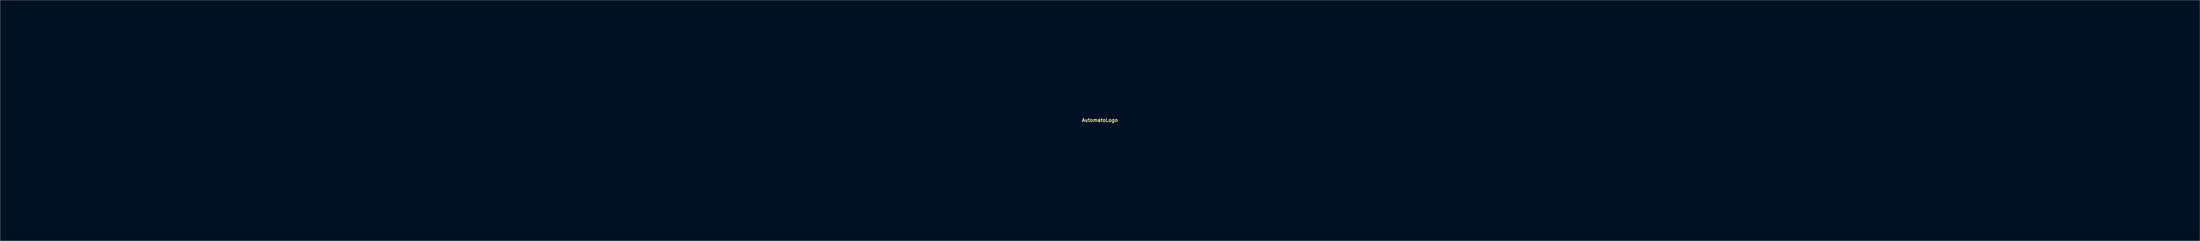
<source format=kicad_pcb>
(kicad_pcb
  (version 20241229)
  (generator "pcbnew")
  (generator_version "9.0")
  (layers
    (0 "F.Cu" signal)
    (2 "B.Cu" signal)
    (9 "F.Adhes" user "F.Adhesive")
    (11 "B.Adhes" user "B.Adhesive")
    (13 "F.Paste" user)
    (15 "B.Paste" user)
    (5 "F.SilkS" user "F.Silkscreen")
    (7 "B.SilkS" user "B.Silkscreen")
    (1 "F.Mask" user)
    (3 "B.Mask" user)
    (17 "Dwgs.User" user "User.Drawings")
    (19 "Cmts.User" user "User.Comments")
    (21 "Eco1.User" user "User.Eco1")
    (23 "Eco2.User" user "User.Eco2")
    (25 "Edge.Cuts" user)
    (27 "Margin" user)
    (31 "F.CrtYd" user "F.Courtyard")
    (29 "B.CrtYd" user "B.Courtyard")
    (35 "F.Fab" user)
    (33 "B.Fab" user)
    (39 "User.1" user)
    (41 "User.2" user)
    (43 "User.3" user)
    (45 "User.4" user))
  (footprint "AutomatoLogo"
    (layer "F.Cu")
    (at 486.953 50.508)
    (property "Reference" "AutomatoLogo" (at 0 0 0) (layer "F.SilkS") (effects (font (size 1.524 1.524) (thickness 0.3))))
    (attr through_hole)
    (fp_poly (pts (xy -346.075 -32.999) (xy -346.251 -32.978) (xy -346.428 -32.999) (xy -346.251 -33.02) (xy -346.075 -32.999)) (stroke (width 0.01) (type solid)) (fill no) (layer "Eco2.User"))
    (fp_poly (pts (xy -190.5 -34.819) (xy -190.676 -34.798) (xy -190.853 -34.819) (xy -190.676 -34.84) (xy -190.5 -34.819)) (stroke (width 0.01) (type solid)) (fill no) (layer "Eco2.User"))
    (fp_poly (pts (xy -339.134 19.367) (xy -339.196 19.96) (xy -340.342 19.973) (xy -341.22 19.969) (xy -341.48 19.931) (xy -341.391 19.871) (xy -341.153 19.747) (xy -340.802 19.574) (xy -340.371 19.371) (xy -340.271 19.325) (xy -339.073 18.775) (xy -339.134 19.367)) (stroke (width 0.01) (type solid)) (fill no) (layer "Eco2.User"))
    (fp_poly (pts (xy 221.43 19.367) (xy 221.368 19.96) (xy 220.222 19.973) (xy 219.343 19.969) (xy 219.084 19.931) (xy 219.173 19.871) (xy 219.41 19.747) (xy 219.762 19.574) (xy 220.193 19.371) (xy 220.292 19.325) (xy 221.491 18.775) (xy 221.43 19.367)) (stroke (width 0.01) (type solid)) (fill no) (layer "Eco2.User"))
    (fp_poly (pts (xy 299.739 15.793) (xy 300.629 15.8) (xy 300.97 15.81) (xy 300.987 15.858) (xy 300.911 15.972) (xy 300.758 16.136) (xy 300.539 16.334) (xy 300.52 16.35) (xy 300.283 16.551) (xy 300.084 16.722) (xy 299.944 16.844) (xy 299.883 16.901) (xy 299.882 16.902) (xy 299.544 16.914) (xy 298.638 16.924) (xy 297.303 16.931) (xy 295.677 16.933) (xy 293.906 16.933) (xy 292.726 16.929) (xy 292.022 16.92) (xy 291.68 16.903) (xy 291.583 16.875) (xy 291.613 16.838) (xy 291.714 16.757) (xy 291.892 16.615) (xy 292.119 16.435) (xy 292.286 16.302) (xy 292.531 16.116) (xy 292.758 15.962) (xy 292.936 15.858) (xy 293.02 15.825) (xy 293.414 15.813) (xy 294.336 15.802) (xy 295.607 15.795) (xy 297.05 15.791) (xy 298.486 15.79) (xy 299.739 15.793)) (stroke (width 0.01) (type solid)) (fill no) (layer "Eco2.User"))
    (fp_poly (pts (xy 164.626 27.146) (xy 164.486 27.253) (xy 164.295 27.413) (xy 164.09 27.597) (xy 164.039 27.644) (xy 163.842 27.818) (xy 163.653 27.965) (xy 163.505 28.062) (xy 163.472 28.078) (xy 163.397 28.094) (xy 163.222 28.107) (xy 162.892 28.119) (xy 162.352 28.128) (xy 161.545 28.135) (xy 160.416 28.141) (xy 158.911 28.145) (xy 156.974 28.148) (xy 154.549 28.15) (xy 151.58 28.151) (xy 148.014 28.152) (xy 144.086 28.152) (xy 139.913 28.152) (xy 136.39 28.151) (xy 133.464 28.15) (xy 131.079 28.148) (xy 129.18 28.145) (xy 127.713 28.141) (xy 126.623 28.135) (xy 125.855 28.128) (xy 125.355 28.119) (xy 125.067 28.107) (xy 124.937 28.094) (xy 124.91 28.078) (xy 124.97 28.008) (xy 125.113 27.874) (xy 125.316 27.696) (xy 125.532 27.517) (xy 126.129 27.03) (xy 164.827 27.008) (xy 164.626 27.146)) (stroke (width 0.01) (type solid)) (fill no) (layer "Eco2.User"))
    (fp_poly (pts (xy 216.937 23.88) (xy 218.07 23.889) (xy 218.744 23.902) (xy 218.854 23.91) (xy 218.897 23.961) (xy 218.903 24.083) (xy 218.873 24.257) (xy 218.81 24.471) (xy 218.762 24.598) (xy 218.682 24.779) (xy 218.586 24.94) (xy 218.458 25.095) (xy 218.278 25.254) (xy 218.031 25.429) (xy 217.697 25.634) (xy 217.26 25.881) (xy 216.701 26.181) (xy 216.003 26.546) (xy 215.703 26.702) (xy 212.908 28.152) (xy 190.591 28.152) (xy 186.695 28.151) (xy 183.015 28.151) (xy 179.61 28.15) (xy 176.541 28.148) (xy 173.866 28.147) (xy 171.644 28.145) (xy 169.936 28.142) (xy 168.8 28.14) (xy 168.295 28.137) (xy 168.275 28.137) (xy 168.373 28.09) (xy 168.607 28) (xy 168.608 27.999) (xy 168.849 27.908) (xy 169.233 27.758) (xy 169.7 27.575) (xy 170.033 27.443) (xy 171.125 27.009) (xy 188.642 26.998) (xy 206.159 26.988) (xy 209.014 25.506) (xy 209.679 25.162) (xy 210.304 24.842) (xy 210.866 24.556) (xy 211.348 24.313) (xy 211.73 24.125) (xy 211.991 24) (xy 212.109 23.95) (xy 212.325 23.914) (xy 212.783 23.892) (xy 213.621 23.88) (xy 214.982 23.876) (xy 215.515 23.876) (xy 216.937 23.88)) (stroke (width 0.01) (type solid)) (fill no) (layer "Eco2.User"))
    (fp_poly (pts (xy 179.951 13.64) (xy 180.269 13.646) (xy 180.222 13.69) (xy 180.088 13.809) (xy 179.877 13.993) (xy 179.601 14.231) (xy 179.27 14.516) (xy 178.897 14.837) (xy 178.518 15.161) (xy 178.013 15.594) (xy 177.452 16.076) (xy 176.865 16.582) (xy 176.282 17.086) (xy 175.732 17.563) (xy 175.246 17.986) (xy 175.166 18.055) (xy 174.767 18.401) (xy 174.383 18.73) (xy 174.027 19.03) (xy 173.714 19.29) (xy 173.459 19.496) (xy 173.276 19.637) (xy 173.209 19.685) (xy 173.049 19.765) (xy 172.715 19.912) (xy 172.225 20.12) (xy 171.597 20.382) (xy 170.85 20.689) (xy 170.004 21.034) (xy 169.077 21.41) (xy 168.087 21.81) (xy 167.054 22.225) (xy 165.996 22.648) (xy 164.932 23.072) (xy 163.88 23.49) (xy 162.86 23.894) (xy 161.89 24.275) (xy 160.989 24.628) (xy 160.175 24.945) (xy 159.468 25.217) (xy 158.886 25.438) (xy 158.448 25.6) (xy 158.172 25.695) (xy 158.078 25.718) (xy 158.125 25.666) (xy 158.264 25.536) (xy 158.49 25.331) (xy 158.797 25.057) (xy 159.18 24.719) (xy 159.634 24.32) (xy 160.152 23.866) (xy 160.73 23.362) (xy 161.362 22.812) (xy 162.042 22.222) (xy 162.765 21.595) (xy 163.526 20.937) (xy 164.319 20.253) (xy 165.027 19.643) (xy 171.985 13.652) (xy 176.127 13.641) (xy 177.742 13.637) (xy 179.063 13.637) (xy 179.951 13.64)) (stroke (width 0.01) (type solid)) (fill no) (layer "Eco2.User"))
    (fp_poly (pts (xy -24.392 15.702) (xy -23.888 15.801) (xy -23.644 15.939) (xy -23.636 15.97) (xy -23.685 16.041) (xy -23.824 16.187) (xy -24.046 16.402) (xy -24.34 16.676) (xy -24.697 17.002) (xy -25.108 17.372) (xy -25.564 17.777) (xy -26.055 18.211) (xy -26.572 18.664) (xy -27.106 19.128) (xy -27.648 19.596) (xy -28.188 20.06) (xy -28.717 20.512) (xy -29.226 20.943) (xy -29.706 21.345) (xy -30.146 21.712) (xy -30.539 22.034) (xy -30.875 22.303) (xy -31.144 22.512) (xy -31.337 22.652) (xy -31.433 22.711) (xy -32.071 22.894) (xy -33.044 23.023) (xy -34.238 23.088) (xy -35.366 23.084) (xy -35.582 23.076) (xy -35.764 23.062) (xy -35.907 23.038) (xy -36.007 22.997) (xy -36.059 22.934) (xy -36.061 22.845) (xy -36.006 22.724) (xy -35.892 22.566) (xy -35.713 22.365) (xy -35.466 22.116) (xy -35.147 21.814) (xy -34.751 21.454) (xy -34.274 21.03) (xy -33.711 20.538) (xy -33.059 19.971) (xy -32.436 19.431) (xy -31.729 18.819) (xy -31.109 18.285) (xy -30.568 17.824) (xy -30.1 17.429) (xy -29.696 17.095) (xy -29.348 16.816) (xy -29.049 16.586) (xy -28.791 16.399) (xy -28.565 16.251) (xy -28.365 16.134) (xy -28.183 16.043) (xy -28.01 15.973) (xy -27.839 15.917) (xy -27.663 15.871) (xy -27.629 15.863) (xy -26.873 15.755) (xy -25.805 15.681) (xy -25.049 15.663) (xy -24.392 15.702)) (stroke (width 0.01) (type solid)) (fill no) (layer "Eco2.User"))
    (fp_poly (pts (xy 428.575 15.702) (xy 429.079 15.801) (xy 429.323 15.939) (xy 429.331 15.97) (xy 429.282 16.041) (xy 429.142 16.187) (xy 428.921 16.402) (xy 428.627 16.676) (xy 428.27 17.002) (xy 427.859 17.372) (xy 427.403 17.777) (xy 426.912 18.211) (xy 426.395 18.664) (xy 425.861 19.128) (xy 425.319 19.596) (xy 424.779 20.06) (xy 424.249 20.512) (xy 423.74 20.943) (xy 423.261 21.345) (xy 422.82 21.712) (xy 422.427 22.034) (xy 422.092 22.303) (xy 421.823 22.512) (xy 421.63 22.652) (xy 421.534 22.711) (xy 420.896 22.894) (xy 419.922 23.023) (xy 418.729 23.088) (xy 417.601 23.084) (xy 417.384 23.076) (xy 417.203 23.062) (xy 417.06 23.038) (xy 416.96 22.997) (xy 416.907 22.934) (xy 416.906 22.845) (xy 416.961 22.724) (xy 417.075 22.566) (xy 417.253 22.365) (xy 417.5 22.116) (xy 417.82 21.814) (xy 418.216 21.454) (xy 418.693 21.03) (xy 419.256 20.538) (xy 419.907 19.971) (xy 420.531 19.431) (xy 421.238 18.819) (xy 421.858 18.285) (xy 422.398 17.824) (xy 422.867 17.429) (xy 423.271 17.095) (xy 423.619 16.816) (xy 423.918 16.586) (xy 424.176 16.399) (xy 424.401 16.251) (xy 424.601 16.134) (xy 424.784 16.043) (xy 424.957 15.973) (xy 425.127 15.917) (xy 425.304 15.871) (xy 425.338 15.863) (xy 426.093 15.755) (xy 427.161 15.681) (xy 427.917 15.663) (xy 428.575 15.702)) (stroke (width 0.01) (type solid)) (fill no) (layer "Eco2.User"))
    (fp_poly (pts (xy -247.982 -45.089) (xy -247.443 -45.002) (xy -246.674 -44.864) (xy -245.734 -44.687) (xy -244.682 -44.481) (xy -243.579 -44.259) (xy -242.485 -44.03) (xy -242.319 -43.995) (xy -240.396 -43.572) (xy -238.429 -43.111) (xy -236.387 -42.605) (xy -234.237 -42.046) (xy -231.949 -41.426) (xy -229.488 -40.736) (xy -228.622 -40.488) (xy -228.498 -40.46) (xy -228.284 -40.439) (xy -227.896 -40.422) (xy -227.247 -40.409) (xy -226.252 -40.399) (xy -224.825 -40.391) (xy -222.881 -40.382) (xy -220.334 -40.374) (xy -219.755 -40.372) (xy -217.376 -40.364) (xy -215.244 -40.355) (xy -213.456 -40.348) (xy -212.11 -40.341) (xy -211.301 -40.336) (xy -211.107 -40.333) (xy -210.978 -40.288) (xy -210.698 -40.171) (xy -210.291 -39.993) (xy -209.78 -39.764) (xy -209.186 -39.495) (xy -208.534 -39.195) (xy -207.845 -38.876) (xy -207.142 -38.547) (xy -206.449 -38.219) (xy -205.787 -37.903) (xy -205.689 -37.856) (xy -204.883 -37.462) (xy -204.085 -37.063) (xy -203.31 -36.666) (xy -202.574 -36.281) (xy -201.892 -35.917) (xy -201.281 -35.581) (xy -200.756 -35.283) (xy -200.333 -35.031) (xy -200.027 -34.834) (xy -199.855 -34.7) (xy -199.832 -34.639) (xy -199.842 -34.637) (xy -200.009 -34.668) (xy -200.388 -34.763) (xy -200.923 -34.907) (xy -201.545 -35.082) (xy -202.636 -35.399) (xy -203.877 -35.77) (xy -205.227 -36.181) (xy -206.645 -36.621) (xy -208.091 -37.075) (xy -209.523 -37.53) (xy -210.902 -37.975) (xy -212.187 -38.395) (xy -213.336 -38.778) (xy -214.309 -39.111) (xy -215.066 -39.381) (xy -215.178 -39.423) (xy -215.602 -39.582) (xy -233.044 -39.582) (xy -235.221 -40.206) (xy -238.941 -41.322) (xy -242.138 -42.386) (xy -244.809 -43.396) (xy -245.846 -43.836) (xy -246.545 -44.153) (xy -247.149 -44.44) (xy -247.641 -44.69) (xy -248.001 -44.891) (xy -248.211 -45.033) (xy -248.252 -45.107) (xy -248.229 -45.114) (xy -247.982 -45.089)) (stroke (width 0.01) (type solid)) (fill no) (layer "Eco2.User"))
    (fp_poly (pts (xy 272.356 14.129) (xy 272.377 14.394) (xy 272.423 14.696) (xy 272.488 14.99) (xy 272.529 15.134) (xy 272.567 15.277) (xy 272.617 15.494) (xy 272.675 15.775) (xy 272.74 16.109) (xy 272.811 16.487) (xy 272.884 16.897) (xy 272.958 17.33) (xy 273.031 17.774) (xy 273.046 17.865) (xy 273.12 18.318) (xy 273.195 18.767) (xy 273.27 19.201) (xy 273.342 19.608) (xy 273.411 19.978) (xy 273.472 20.298) (xy 273.525 20.558) (xy 273.567 20.746) (xy 273.572 20.765) (xy 273.624 20.989) (xy 273.685 21.279) (xy 273.751 21.617) (xy 273.819 21.982) (xy 273.884 22.357) (xy 273.944 22.722) (xy 273.946 22.733) (xy 274.004 23.092) (xy 274.076 23.515) (xy 274.158 23.98) (xy 274.245 24.466) (xy 274.335 24.952) (xy 274.423 25.417) (xy 274.478 25.696) (xy 274.552 26.083) (xy 274.621 26.458) (xy 274.681 26.811) (xy 274.733 27.128) (xy 274.773 27.399) (xy 274.799 27.61) (xy 274.81 27.749) (xy 274.81 27.76) (xy 274.814 28.152) (xy 230.364 28.152) (xy 230.341 28.056) (xy 230.324 27.892) (xy 230.339 27.699) (xy 230.381 27.501) (xy 230.442 27.321) (xy 230.517 27.18) (xy 230.598 27.104) (xy 230.793 27.009) (xy 268.831 27.009) (xy 268.626 26.257) (xy 268.6 26.147) (xy 268.56 25.961) (xy 268.508 25.704) (xy 268.445 25.383) (xy 268.371 25.004) (xy 268.289 24.572) (xy 268.198 24.093) (xy 268.101 23.574) (xy 267.997 23.02) (xy 267.889 22.437) (xy 267.777 21.831) (xy 267.662 21.208) (xy 267.546 20.574) (xy 267.429 19.935) (xy 267.313 19.297) (xy 267.199 18.666) (xy 267.087 18.047) (xy 266.979 17.446) (xy 266.876 16.87) (xy 266.779 16.324) (xy 266.689 15.815) (xy 266.607 15.348) (xy 266.534 14.929) (xy 266.472 14.564) (xy 266.421 14.259) (xy 266.383 14.02) (xy 266.358 13.852) (xy 266.347 13.763) (xy 266.347 13.756) (xy 266.347 13.631) (xy 272.344 13.631) (xy 272.356 14.129)) (stroke (width 0.01) (type solid)) (fill no) (layer "Eco2.User"))
    (fp_poly (pts (xy -345.206 -32.963) (xy -344.621 -32.938) (xy -344.049 -32.91) (xy -342.928 -32.858) (xy -341.369 -32.786) (xy -339.485 -32.699) (xy -337.386 -32.603) (xy -336.726 -32.573) (xy -334.069 -32.45) (xy -330.892 -32.302) (xy -327.331 -32.134) (xy -323.518 -31.953) (xy -319.588 -31.765) (xy -315.674 -31.577) (xy -311.91 -31.395) (xy -308.429 -31.226) (xy -305.366 -31.075) (xy -304.118 -31.013) (xy -302.253 -30.921) (xy -300.921 -30.859) (xy -300.009 -30.823) (xy -299.403 -30.811) (xy -298.99 -30.817) (xy -298.655 -30.839) (xy -298.65 -30.84) (xy -298.096 -30.889) (xy -297.116 -30.977) (xy -295.845 -31.092) (xy -294.417 -31.222) (xy -294.316 -31.231) (xy -292.62 -31.381) (xy -290.564 -31.554) (xy -288.393 -31.731) (xy -286.35 -31.892) (xy -286.085 -31.913) (xy -281.459 -32.266) (xy -271.698 -32.387) (xy -266.063 -32.454) (xy -260.076 -32.522) (xy -253.919 -32.587) (xy -247.776 -32.649) (xy -241.831 -32.706) (xy -236.266 -32.755) (xy -232.481 -32.786) (xy -229.666 -32.807) (xy -226.738 -32.828) (xy -223.782 -32.848) (xy -220.883 -32.866) (xy -218.126 -32.883) (xy -215.597 -32.897) (xy -213.38 -32.909) (xy -211.56 -32.917) (xy -210.222 -32.921) (xy -209.452 -32.921) (xy -209.297 -32.919) (xy -209.585 -32.906) (xy -210.45 -32.88) (xy -211.778 -32.843) (xy -213.455 -32.799) (xy -214.573 -32.771) (xy -219.496 -32.651) (xy -225.018 -32.524) (xy -231.034 -32.391) (xy -237.443 -32.256) (xy -244.14 -32.12) (xy -251.024 -31.984) (xy -257.99 -31.852) (xy -264.935 -31.725) (xy -268.621 -31.66) (xy -278.832 -31.482) (xy -283.261 -31.136) (xy -285.539 -30.962) (xy -287.896 -30.789) (xy -290.244 -30.623) (xy -292.492 -30.471) (xy -294.551 -30.336) (xy -296.331 -30.227) (xy -297.742 -30.148) (xy -298.695 -30.106) (xy -298.979 -30.101) (xy -299.351 -30.119) (xy -300.295 -30.173) (xy -301.752 -30.258) (xy -303.665 -30.371) (xy -305.977 -30.509) (xy -308.628 -30.667) (xy -311.563 -30.844) (xy -314.722 -31.034) (xy -316.971 -31.171) (xy -321.863 -31.468) (xy -326.374 -31.743) (xy -330.478 -31.995) (xy -334.147 -32.222) (xy -337.355 -32.422) (xy -340.076 -32.593) (xy -342.282 -32.735) (xy -343.947 -32.844) (xy -345.044 -32.92) (xy -345.546 -32.961) (xy -345.574 -32.967) (xy -345.206 -32.963)) (stroke (width 0.01) (type solid)) (fill no) (layer "Eco2.User"))
    (fp_poly (pts (xy -205.984 -30.732) (xy -206.792 -30.673) (xy -208.107 -30.586) (xy -209.866 -30.475) (xy -212.002 -30.343) (xy -214.452 -30.194) (xy -217.15 -30.032) (xy -220.031 -29.862) (xy -223.03 -29.686) (xy -226.081 -29.508) (xy -229.121 -29.334) (xy -232.084 -29.166) (xy -234.904 -29.008) (xy -237.517 -28.864) (xy -238.546 -28.808) (xy -242.318 -28.606) (xy -235.988 -27.866) (xy -234.257 -27.663) (xy -232.706 -27.479) (xy -231.405 -27.322) (xy -230.421 -27.201) (xy -229.822 -27.124) (xy -229.666 -27.099) (xy -229.971 -27.069) (xy -230.845 -27.002) (xy -232.233 -26.903) (xy -234.08 -26.775) (xy -236.331 -26.622) (xy -238.931 -26.448) (xy -241.825 -26.255) (xy -244.96 -26.048) (xy -248.279 -25.83) (xy -251.729 -25.605) (xy -255.253 -25.377) (xy -258.799 -25.149) (xy -262.31 -24.924) (xy -265.732 -24.707) (xy -269.01 -24.5) (xy -270.252 -24.423) (xy -273.158 -24.243) (xy -276.255 -24.054) (xy -279.489 -23.859) (xy -282.804 -23.662) (xy -286.145 -23.464) (xy -289.456 -23.271) (xy -292.684 -23.084) (xy -295.771 -22.906) (xy -298.664 -22.742) (xy -301.307 -22.594) (xy -303.645 -22.465) (xy -305.623 -22.358) (xy -307.186 -22.278) (xy -308.278 -22.225) (xy -308.845 -22.205) (xy -308.857 -22.217) (xy -308.297 -22.27) (xy -307.226 -22.363) (xy -305.726 -22.489) (xy -303.876 -22.642) (xy -301.757 -22.815) (xy -299.45 -23.001) (xy -297.035 -23.195) (xy -294.592 -23.388) (xy -292.201 -23.576) (xy -291.571 -23.625) (xy -283.262 -24.261) (xy -274.341 -24.926) (xy -264.796 -25.618) (xy -254.617 -26.341) (xy -243.793 -27.093) (xy -243.71 -27.099) (xy -241.006 -27.285) (xy -247.112 -28.068) (xy -248.989 -28.311) (xy -250.535 -28.518) (xy -251.714 -28.683) (xy -252.49 -28.801) (xy -252.823 -28.866) (xy -252.816 -28.878) (xy -252.327 -28.903) (xy -251.257 -28.951) (xy -249.69 -29.021) (xy -247.713 -29.107) (xy -245.411 -29.206) (xy -242.868 -29.315) (xy -240.17 -29.43) (xy -237.403 -29.547) (xy -234.652 -29.663) (xy -232.001 -29.773) (xy -229.537 -29.876) (xy -227.345 -29.965) (xy -225.51 -30.04) (xy -225.425 -30.043) (xy -222.859 -30.144) (xy -220.198 -30.247) (xy -217.527 -30.348) (xy -214.931 -30.445) (xy -212.497 -30.534) (xy -210.309 -30.613) (xy -208.455 -30.677) (xy -207.02 -30.725) (xy -206.089 -30.753) (xy -205.75 -30.758) (xy -205.984 -30.732)) (stroke (width 0.01) (type solid)) (fill no) (layer "Eco2.User"))
    (fp_poly (pts (xy -90.311 -44.044) (xy -90.615 -44.019) (xy -91.473 -43.962) (xy -92.8 -43.88) (xy -94.513 -43.775) (xy -96.528 -43.654) (xy -98.761 -43.521) (xy -101.13 -43.381) (xy -103.551 -43.239) (xy -105.939 -43.101) (xy -108.212 -42.971) (xy -110.286 -42.853) (xy -111.992 -42.759) (xy -115.912 -42.547) (xy -120.267 -42.317) (xy -124.838 -42.08) (xy -129.409 -41.848) (xy -133.76 -41.63) (xy -137.33 -41.456) (xy -139.276 -41.361) (xy -140.637 -41.288) (xy -141.495 -41.234) (xy -141.93 -41.192) (xy -142.022 -41.158) (xy -142.014 -41.154) (xy -141.883 -41.088) (xy -141.643 -40.952) (xy -141.314 -40.761) (xy -140.921 -40.527) (xy -140.485 -40.265) (xy -140.028 -39.987) (xy -139.573 -39.709) (xy -139.143 -39.442) (xy -138.758 -39.201) (xy -138.443 -39) (xy -138.219 -38.852) (xy -138.116 -38.777) (xy -137.889 -38.587) (xy -140.294 -38.352) (xy -143.405 -38.05) (xy -146.663 -37.736) (xy -150.019 -37.416) (xy -153.426 -37.093) (xy -156.839 -36.771) (xy -160.209 -36.456) (xy -163.489 -36.151) (xy -166.634 -35.861) (xy -169.595 -35.59) (xy -172.326 -35.342) (xy -174.78 -35.122) (xy -176.909 -34.934) (xy -178.667 -34.782) (xy -180.008 -34.67) (xy -180.883 -34.604) (xy -181.222 -34.586) (xy -181.048 -34.615) (xy -180.43 -34.697) (xy -179.422 -34.824) (xy -178.079 -34.991) (xy -176.456 -35.19) (xy -174.608 -35.415) (xy -173.035 -35.605) (xy -170.516 -35.906) (xy -167.693 -36.24) (xy -164.725 -36.589) (xy -161.771 -36.933) (xy -158.988 -37.254) (xy -156.536 -37.534) (xy -156.462 -37.542) (xy -154.37 -37.779) (xy -152.357 -38.007) (xy -150.503 -38.217) (xy -148.889 -38.4) (xy -147.596 -38.547) (xy -146.706 -38.648) (xy -146.499 -38.672) (xy -144.645 -38.883) (xy -145.841 -39.434) (xy -146.48 -39.734) (xy -147.122 -40.049) (xy -147.747 -40.366) (xy -148.337 -40.675) (xy -148.87 -40.965) (xy -149.327 -41.225) (xy -149.688 -41.443) (xy -149.934 -41.61) (xy -150.044 -41.714) (xy -150.025 -41.744) (xy -149.516 -41.778) (xy -148.401 -41.834) (xy -146.75 -41.911) (xy -144.627 -42.006) (xy -142.1 -42.115) (xy -139.237 -42.237) (xy -136.104 -42.369) (xy -132.768 -42.507) (xy -129.296 -42.649) (xy -125.754 -42.793) (xy -122.211 -42.935) (xy -118.732 -43.072) (xy -115.386 -43.203) (xy -112.238 -43.324) (xy -109.355 -43.433) (xy -106.806 -43.526) (xy -104.775 -43.598) (xy -101.291 -43.716) (xy -98.204 -43.818) (xy -95.56 -43.904) (xy -93.404 -43.97) (xy -91.781 -44.017) (xy -90.737 -44.042) (xy -90.317 -44.045) (xy -90.311 -44.044)) (stroke (width 0.01) (type solid)) (fill no) (layer "Eco2.User"))
    (fp_poly (pts (xy -340.816 16.563) (xy -342.003 17.132) (xy -343.14 17.678) (xy -344.215 18.196) (xy -345.218 18.68) (xy -346.136 19.123) (xy -346.958 19.522) (xy -347.672 19.869) (xy -348.267 20.16) (xy -348.73 20.388) (xy -349.051 20.548) (xy -349.218 20.634) (xy -349.24 20.648) (xy -349.083 20.666) (xy -348.56 20.68) (xy -347.602 20.69) (xy -346.144 20.696) (xy -344.117 20.7) (xy -341.454 20.701) (xy -341.366 20.701) (xy -333.482 20.701) (xy -333.267 20.14) (xy -333.224 20.01) (xy -333.164 19.803) (xy -333.089 19.527) (xy -333.002 19.189) (xy -332.903 18.796) (xy -332.795 18.357) (xy -332.679 17.879) (xy -332.558 17.369) (xy -332.434 16.835) (xy -332.308 16.285) (xy -332.255 16.055) (xy -331.459 12.531) (xy -300.63 12.531) (xy -300.433 12.88) (xy -300.407 12.956) (xy -300.367 13.11) (xy -300.316 13.338) (xy -300.253 13.633) (xy -300.18 13.99) (xy -300.098 14.402) (xy -300.008 14.865) (xy -299.911 15.371) (xy -299.808 15.916) (xy -299.7 16.494) (xy -299.588 17.099) (xy -299.474 17.725) (xy -299.357 18.366) (xy -299.24 19.017) (xy -299.123 19.671) (xy -299.007 20.324) (xy -298.894 20.969) (xy -298.784 21.6) (xy -298.678 22.213) (xy -298.578 22.8) (xy -298.484 23.356) (xy -298.397 23.876) (xy -298.319 24.353) (xy -298.251 24.782) (xy -298.193 25.157) (xy -298.146 25.473) (xy -298.113 25.723) (xy -298.093 25.902) (xy -298.087 26.003) (xy -298.097 26.289) (xy -336.197 26.289) (xy -336.17 25.919) (xy -336.148 25.776) (xy -336.098 25.564) (xy -336.026 25.299) (xy -335.936 24.996) (xy -335.833 24.672) (xy -335.729 24.368) (xy -335.601 23.967) (xy -335.526 23.649) (xy -335.505 23.413) (xy -335.538 23.257) (xy -335.624 23.18) (xy -335.675 23.171) (xy -336.114 23.167) (xy -337.159 23.164) (xy -338.707 23.163) (xy -340.657 23.163) (xy -342.91 23.164) (xy -344.662 23.166) (xy -353.29 23.177) (xy -359.295 26.289) (xy -378.299 26.289) (xy -382.595 26.289) (xy -386.231 26.287) (xy -389.254 26.285) (xy -391.709 26.282) (xy -393.644 26.278) (xy -395.105 26.272) (xy -396.137 26.265) (xy -396.786 26.256) (xy -397.099 26.245) (xy -397.142 26.236) (xy -397.025 26.19) (xy -396.716 26.068) (xy -396.225 25.873) (xy -395.564 25.609) (xy -394.742 25.281) (xy -393.771 24.894) (xy -392.661 24.45) (xy -391.422 23.955) (xy -390.065 23.413) (xy -388.601 22.828) (xy -387.04 22.203) (xy -385.393 21.545) (xy -383.671 20.856) (xy -381.883 20.14) (xy -380.041 19.403) (xy -379.925 19.357) (xy -362.869 12.531) (xy -332.403 12.531) (xy -340.816 16.563)) (stroke (width 0.01) (type solid)) (fill no) (layer "Eco2.User"))
    (fp_poly (pts (xy 219.748 16.563) (xy 218.561 17.132) (xy 217.424 17.678) (xy 216.349 18.196) (xy 215.346 18.68) (xy 214.428 19.123) (xy 213.606 19.522) (xy 212.892 19.869) (xy 212.297 20.16) (xy 211.833 20.388) (xy 211.513 20.548) (xy 211.346 20.634) (xy 211.324 20.648) (xy 211.481 20.666) (xy 212.004 20.68) (xy 212.961 20.69) (xy 214.42 20.696) (xy 216.447 20.7) (xy 219.11 20.701) (xy 219.198 20.701) (xy 227.082 20.701) (xy 227.297 20.14) (xy 227.34 20.01) (xy 227.4 19.803) (xy 227.475 19.527) (xy 227.562 19.189) (xy 227.661 18.796) (xy 227.769 18.357) (xy 227.885 17.879) (xy 228.006 17.369) (xy 228.13 16.835) (xy 228.256 16.285) (xy 228.309 16.055) (xy 229.105 12.531) (xy 259.934 12.531) (xy 260.131 12.88) (xy 260.157 12.956) (xy 260.197 13.11) (xy 260.248 13.338) (xy 260.311 13.633) (xy 260.384 13.99) (xy 260.466 14.402) (xy 260.556 14.865) (xy 260.653 15.371) (xy 260.756 15.916) (xy 260.864 16.494) (xy 260.975 17.099) (xy 261.09 17.725) (xy 261.207 18.366) (xy 261.324 19.017) (xy 261.441 19.671) (xy 261.557 20.324) (xy 261.67 20.969) (xy 261.78 21.6) (xy 261.886 22.213) (xy 261.986 22.8) (xy 262.08 23.356) (xy 262.167 23.876) (xy 262.245 24.353) (xy 262.313 24.782) (xy 262.371 25.157) (xy 262.418 25.473) (xy 262.451 25.723) (xy 262.471 25.902) (xy 262.477 26.003) (xy 262.467 26.289) (xy 224.367 26.289) (xy 224.394 25.919) (xy 224.416 25.776) (xy 224.466 25.564) (xy 224.538 25.299) (xy 224.628 24.996) (xy 224.731 24.672) (xy 224.835 24.368) (xy 224.963 23.967) (xy 225.038 23.649) (xy 225.059 23.413) (xy 225.026 23.257) (xy 224.94 23.18) (xy 224.889 23.171) (xy 224.45 23.167) (xy 223.405 23.164) (xy 221.857 23.163) (xy 219.906 23.163) (xy 217.654 23.164) (xy 215.902 23.166) (xy 207.273 23.177) (xy 201.269 26.289) (xy 182.265 26.289) (xy 177.969 26.289) (xy 174.332 26.287) (xy 171.309 26.285) (xy 168.853 26.282) (xy 166.917 26.278) (xy 165.457 26.272) (xy 164.424 26.265) (xy 163.774 26.256) (xy 163.461 26.245) (xy 163.417 26.236) (xy 163.534 26.19) (xy 163.843 26.068) (xy 164.333 25.873) (xy 164.995 25.609) (xy 165.816 25.281) (xy 166.787 24.894) (xy 167.898 24.45) (xy 169.137 23.955) (xy 170.494 23.413) (xy 171.959 22.828) (xy 173.52 22.204) (xy 175.167 21.545) (xy 176.891 20.856) (xy 178.679 20.141) (xy 180.522 19.403) (xy 180.638 19.357) (xy 197.702 12.531) (xy 228.16 12.531) (xy 219.748 16.563)) (stroke (width 0.01) (type solid)) (fill no) (layer "Eco2.User"))
    (fp_poly (pts (xy -82.999 12.647) (xy -83.096 12.719) (xy -83.275 12.862) (xy -83.522 13.065) (xy -83.822 13.315) (xy -84.161 13.601) (xy -84.523 13.909) (xy -84.532 13.917) (xy -85.881 15.07) (xy -108.125 15.092) (xy -114.543 20.637) (xy -115.325 21.313) (xy -116.08 21.966) (xy -116.802 22.591) (xy -117.486 23.184) (xy -118.126 23.739) (xy -118.716 24.251) (xy -119.251 24.716) (xy -119.724 25.128) (xy -120.131 25.483) (xy -120.465 25.775) (xy -120.721 26) (xy -120.893 26.153) (xy -120.976 26.229) (xy -120.983 26.236) (xy -121.326 26.248) (xy -122.295 26.258) (xy -123.809 26.267) (xy -125.789 26.275) (xy -128.154 26.281) (xy -130.824 26.286) (xy -133.721 26.29) (xy -136.763 26.292) (xy -139.872 26.293) (xy -142.967 26.293) (xy -145.968 26.291) (xy -148.796 26.288) (xy -151.371 26.283) (xy -153.613 26.277) (xy -155.441 26.27) (xy -156.777 26.261) (xy -157.54 26.25) (xy -157.692 26.243) (xy -157.644 26.196) (xy -157.505 26.07) (xy -157.28 25.87) (xy -156.976 25.602) (xy -156.597 25.269) (xy -156.149 24.877) (xy -155.638 24.431) (xy -155.07 23.936) (xy -154.45 23.397) (xy -153.785 22.819) (xy -153.079 22.206) (xy -152.338 21.564) (xy -151.569 20.898) (xy -151.342 20.701) (xy -150.565 20.028) (xy -149.815 19.378) (xy -149.098 18.755) (xy -148.42 18.165) (xy -147.786 17.612) (xy -147.203 17.103) (xy -146.675 16.64) (xy -146.208 16.23) (xy -145.809 15.878) (xy -145.482 15.588) (xy -145.234 15.366) (xy -145.07 15.216) (xy -144.996 15.144) (xy -144.992 15.138) (xy -145.051 15.119) (xy -145.278 15.104) (xy -145.744 15.092) (xy -146.519 15.084) (xy -147.675 15.078) (xy -149.283 15.074) (xy -151.415 15.072) (xy -154.142 15.071) (xy -155.928 15.071) (xy -158.994 15.07) (xy -161.427 15.069) (xy -163.3 15.067) (xy -164.687 15.063) (xy -165.659 15.056) (xy -166.29 15.047) (xy -166.652 15.034) (xy -166.819 15.017) (xy -166.863 14.996) (xy -166.864 14.992) (xy -166.815 14.931) (xy -166.677 14.798) (xy -166.463 14.604) (xy -166.187 14.361) (xy -165.86 14.08) (xy -165.496 13.773) (xy -165.453 13.737) (xy -165.087 13.432) (xy -164.757 13.155) (xy -164.475 12.917) (xy -164.253 12.73) (xy -164.105 12.603) (xy -164.043 12.547) (xy -164.042 12.545) (xy -163.696 12.544) (xy -162.689 12.542) (xy -161.065 12.54) (xy -158.867 12.538) (xy -156.139 12.537) (xy -152.926 12.535) (xy -149.272 12.534) (xy -145.22 12.533) (xy -140.815 12.532) (xy -136.1 12.531) (xy -131.12 12.531) (xy -125.919 12.531) (xy -123.428 12.531) (xy -82.815 12.531) (xy -82.999 12.647)) (stroke (width 0.01) (type solid)) (fill no) (layer "Eco2.User"))
    (fp_poly (pts (xy 369.968 12.647) (xy 369.871 12.719) (xy 369.692 12.862) (xy 369.445 13.065) (xy 369.144 13.315) (xy 368.806 13.601) (xy 368.444 13.909) (xy 368.435 13.917) (xy 367.086 15.07) (xy 344.842 15.092) (xy 338.423 20.637) (xy 337.641 21.313) (xy 336.887 21.966) (xy 336.164 22.591) (xy 335.481 23.184) (xy 334.841 23.739) (xy 334.251 24.251) (xy 333.716 24.716) (xy 333.243 25.128) (xy 332.836 25.483) (xy 332.502 25.775) (xy 332.246 26) (xy 332.073 26.153) (xy 331.991 26.229) (xy 331.984 26.236) (xy 331.64 26.248) (xy 330.671 26.258) (xy 329.157 26.267) (xy 327.178 26.275) (xy 324.813 26.281) (xy 322.142 26.286) (xy 319.246 26.29) (xy 316.203 26.292) (xy 313.095 26.293) (xy 310 26.293) (xy 306.998 26.291) (xy 304.17 26.288) (xy 301.596 26.283) (xy 299.354 26.277) (xy 297.525 26.27) (xy 296.189 26.261) (xy 295.426 26.25) (xy 295.275 26.243) (xy 295.323 26.196) (xy 295.462 26.07) (xy 295.686 25.87) (xy 295.991 25.602) (xy 296.37 25.269) (xy 296.818 24.877) (xy 297.329 24.431) (xy 297.897 23.936) (xy 298.516 23.397) (xy 299.182 22.819) (xy 299.888 22.206) (xy 300.629 21.564) (xy 301.398 20.898) (xy 301.625 20.701) (xy 302.402 20.028) (xy 303.152 19.378) (xy 303.868 18.755) (xy 304.547 18.165) (xy 305.18 17.612) (xy 305.764 17.103) (xy 306.292 16.64) (xy 306.759 16.23) (xy 307.158 15.878) (xy 307.485 15.588) (xy 307.733 15.366) (xy 307.897 15.216) (xy 307.971 15.144) (xy 307.975 15.138) (xy 307.915 15.119) (xy 307.688 15.104) (xy 307.223 15.092) (xy 306.448 15.084) (xy 305.292 15.078) (xy 303.684 15.074) (xy 301.552 15.072) (xy 298.825 15.071) (xy 297.039 15.071) (xy 293.973 15.07) (xy 291.54 15.069) (xy 289.666 15.067) (xy 288.28 15.063) (xy 287.308 15.056) (xy 286.677 15.047) (xy 286.314 15.034) (xy 286.148 15.017) (xy 286.103 14.996) (xy 286.103 14.992) (xy 286.152 14.931) (xy 286.289 14.798) (xy 286.503 14.604) (xy 286.78 14.361) (xy 287.107 14.08) (xy 287.471 13.773) (xy 287.514 13.737) (xy 287.879 13.432) (xy 288.209 13.155) (xy 288.492 12.917) (xy 288.713 12.73) (xy 288.862 12.603) (xy 288.924 12.547) (xy 288.925 12.545) (xy 289.27 12.544) (xy 290.277 12.542) (xy 291.902 12.54) (xy 294.1 12.538) (xy 296.827 12.537) (xy 300.04 12.535) (xy 303.695 12.534) (xy 307.747 12.533) (xy 312.152 12.532) (xy 316.866 12.531) (xy 321.846 12.531) (xy 327.048 12.531) (xy 329.539 12.531) (xy 370.152 12.531) (xy 369.968 12.647)) (stroke (width 0.01) (type solid)) (fill no) (layer "Eco2.User"))
    (fp_poly (pts (xy -134.004 -31.968) (xy -133.078 -31.917) (xy -131.653 -31.831) (xy -129.785 -31.712) (xy -127.528 -31.566) (xy -124.936 -31.395) (xy -122.065 -31.203) (xy -118.969 -30.994) (xy -115.703 -30.772) (xy -112.32 -30.541) (xy -108.877 -30.303) (xy -105.427 -30.064) (xy -102.025 -29.826) (xy -98.726 -29.593) (xy -95.584 -29.369) (xy -92.654 -29.159) (xy -89.99 -28.964) (xy -88.018 -28.818) (xy -86.189 -28.68) (xy -84.134 -28.522) (xy -81.93 -28.352) (xy -79.655 -28.175) (xy -77.385 -27.997) (xy -75.198 -27.824) (xy -73.17 -27.663) (xy -71.38 -27.519) (xy -69.903 -27.399) (xy -68.818 -27.308) (xy -68.2 -27.253) (xy -68.086 -27.24) (xy -68.213 -27.237) (xy -68.631 -27.25) (xy -69.402 -27.284) (xy -70.584 -27.34) (xy -72.236 -27.421) (xy -74.419 -27.531) (xy -77.082 -27.667) (xy -82.307 -27.938) (xy -87.64 -28.225) (xy -93.196 -28.535) (xy -99.092 -28.873) (xy -105.443 -29.247) (xy -107.386 -29.363) (xy -109.944 -29.515) (xy -112.295 -29.655) (xy -114.366 -29.778) (xy -116.084 -29.88) (xy -117.376 -29.956) (xy -118.17 -30.002) (xy -118.397 -30.014) (xy -118.297 -29.979) (xy -117.943 -29.881) (xy -117.39 -29.735) (xy -116.69 -29.555) (xy -116.542 -29.517) (xy -115.353 -29.215) (xy -114.129 -28.901) (xy -112.905 -28.586) (xy -111.718 -28.278) (xy -110.603 -27.988) (xy -109.595 -27.723) (xy -108.731 -27.494) (xy -108.047 -27.31) (xy -107.578 -27.181) (xy -107.36 -27.115) (xy -107.35 -27.109) (xy -107.683 -27.122) (xy -108.463 -27.166) (xy -109.524 -27.233) (xy -109.55 -27.235) (xy -110.454 -27.294) (xy -111.868 -27.384) (xy -113.676 -27.5) (xy -115.764 -27.633) (xy -118.017 -27.776) (xy -119.592 -27.875) (xy -122.844 -28.082) (xy -126.31 -28.305) (xy -129.943 -28.54) (xy -133.695 -28.785) (xy -137.518 -29.036) (xy -141.364 -29.29) (xy -145.187 -29.544) (xy -148.939 -29.795) (xy -152.571 -30.038) (xy -156.037 -30.272) (xy -159.289 -30.493) (xy -162.279 -30.698) (xy -164.96 -30.883) (xy -167.283 -31.046) (xy -169.203 -31.183) (xy -170.67 -31.29) (xy -171.638 -31.366) (xy -172.058 -31.406) (xy -172.043 -31.411) (xy -171.573 -31.395) (xy -170.52 -31.346) (xy -168.946 -31.27) (xy -166.91 -31.169) (xy -164.475 -31.046) (xy -161.701 -30.904) (xy -158.65 -30.747) (xy -155.382 -30.577) (xy -151.959 -30.399) (xy -148.441 -30.214) (xy -144.89 -30.027) (xy -141.367 -29.84) (xy -137.933 -29.657) (xy -134.649 -29.481) (xy -131.576 -29.315) (xy -128.775 -29.162) (xy -127.032 -29.065) (xy -125.179 -28.964) (xy -123.559 -28.876) (xy -122.276 -28.809) (xy -121.431 -28.768) (xy -121.13 -28.757) (xy -121.253 -28.797) (xy -121.659 -28.901) (xy -122.303 -29.058) (xy -123.14 -29.256) (xy -124.125 -29.486) (xy -124.589 -29.594) (xy -126.143 -29.954) (xy -127.656 -30.308) (xy -129.095 -30.649) (xy -130.427 -30.967) (xy -131.619 -31.256) (xy -132.64 -31.508) (xy -133.455 -31.714) (xy -134.033 -31.866) (xy -134.341 -31.957) (xy -134.378 -31.979) (xy -134.004 -31.968)) (stroke (width 0.01) (type solid)) (fill no) (layer "Eco2.User"))
    (fp_poly (pts (xy 378.68 13.64) (xy 378.883 13.647) (xy 378.756 13.694) (xy 378.433 13.792) (xy 378.215 13.854) (xy 377.662 14.031) (xy 377.132 14.25) (xy 376.61 14.519) (xy 376.083 14.846) (xy 375.536 15.239) (xy 374.954 15.707) (xy 374.831 15.812) (xy 374.494 16.102) (xy 374.191 16.364) (xy 373.937 16.587) (xy 373.744 16.758) (xy 373.625 16.867) (xy 373.593 16.902) (xy 373.256 16.91) (xy 372.31 16.918) (xy 370.851 16.925) (xy 368.976 16.93) (xy 366.781 16.933) (xy 365.125 16.933) (xy 362.765 16.935) (xy 360.658 16.938) (xy 358.9 16.944) (xy 357.588 16.951) (xy 356.819 16.959) (xy 356.654 16.965) (xy 356.607 17.015) (xy 356.479 17.136) (xy 356.284 17.311) (xy 356.04 17.528) (xy 355.801 17.738) (xy 355.297 18.177) (xy 354.741 18.661) (xy 354.145 19.18) (xy 353.518 19.725) (xy 352.87 20.287) (xy 352.211 20.859) (xy 351.552 21.43) (xy 350.902 21.993) (xy 350.272 22.539) (xy 349.671 23.059) (xy 349.111 23.544) (xy 348.599 23.985) (xy 348.148 24.374) (xy 347.767 24.702) (xy 347.466 24.961) (xy 347.324 25.082) (xy 346.895 25.449) (xy 346.411 25.867) (xy 345.908 26.303) (xy 345.425 26.725) (xy 344.998 27.099) (xy 344.969 27.125) (xy 343.807 28.152) (xy 322.363 28.152) (xy 317.817 28.151) (xy 313.929 28.15) (xy 310.654 28.149) (xy 307.945 28.146) (xy 305.755 28.142) (xy 304.039 28.138) (xy 302.749 28.132) (xy 301.84 28.124) (xy 301.264 28.115) (xy 300.975 28.105) (xy 300.919 28.096) (xy 300.968 28.015) (xy 301.096 27.878) (xy 301.28 27.707) (xy 301.496 27.522) (xy 301.718 27.342) (xy 301.923 27.19) (xy 302.086 27.085) (xy 302.17 27.048) (xy 302.561 27.039) (xy 303.608 27.032) (xy 305.26 27.025) (xy 307.47 27.019) (xy 310.185 27.014) (xy 313.357 27.011) (xy 316.937 27.009) (xy 319.814 27.009) (xy 323.247 27.008) (xy 326.456 27.007) (xy 329.374 27.004) (xy 331.933 27.001) (xy 334.068 26.997) (xy 335.709 26.992) (xy 336.791 26.987) (xy 337.245 26.982) (xy 337.256 26.981) (xy 337.303 26.933) (xy 337.441 26.807) (xy 337.663 26.609) (xy 337.961 26.345) (xy 338.329 26.022) (xy 338.76 25.645) (xy 339.247 25.22) (xy 339.782 24.753) (xy 340.36 24.251) (xy 340.973 23.718) (xy 341.615 23.162) (xy 342.277 22.588) (xy 342.954 22.002) (xy 343.639 21.409) (xy 344.324 20.817) (xy 345.002 20.231) (xy 345.668 19.657) (xy 346.313 19.101) (xy 346.931 18.569) (xy 347.516 18.066) (xy 348.059 17.6) (xy 348.554 17.176) (xy 348.995 16.799) (xy 349.374 16.476) (xy 349.684 16.213) (xy 349.919 16.016) (xy 350.072 15.891) (xy 350.135 15.843) (xy 350.135 15.843) (xy 350.339 15.828) (xy 350.89 15.815) (xy 351.847 15.806) (xy 353.268 15.799) (xy 355.213 15.794) (xy 357.739 15.791) (xy 360.905 15.79) (xy 361.327 15.79) (xy 372.368 15.79) (xy 373.597 14.721) (xy 374.826 13.652) (xy 376.855 13.64) (xy 377.944 13.636) (xy 378.68 13.64)) (stroke (width 0.01) (type solid)) (fill no) (layer "Eco2.User"))
    (fp_poly (pts (xy 481.651 14.088) (xy 482.405 14.176) (xy 483.288 14.302) (xy 484.181 14.447) (xy 484.968 14.594) (xy 485.411 14.694) (xy 486.142 14.914) (xy 486.664 15.156) (xy 486.98 15.429) (xy 487.091 15.742) (xy 486.999 16.105) (xy 486.707 16.527) (xy 486.216 17.017) (xy 485.955 17.242) (xy 485.706 17.452) (xy 485.369 17.738) (xy 484.953 18.092) (xy 484.467 18.507) (xy 483.922 18.974) (xy 483.325 19.486) (xy 482.686 20.036) (xy 482.013 20.614) (xy 481.317 21.214) (xy 480.605 21.828) (xy 479.888 22.447) (xy 479.174 23.065) (xy 478.53 23.622) (xy 477.947 24.119) (xy 477.429 24.541) (xy 476.96 24.899) (xy 476.524 25.203) (xy 476.106 25.461) (xy 475.69 25.685) (xy 475.26 25.883) (xy 474.8 26.067) (xy 474.429 26.199) (xy 472.821 26.667) (xy 470.906 27.064) (xy 468.635 27.395) (xy 465.958 27.664) (xy 462.825 27.876) (xy 459.187 28.037) (xy 454.994 28.151) (xy 453.952 28.17) (xy 452.837 28.184) (xy 451.1 28.195) (xy 448.81 28.206) (xy 446.036 28.214) (xy 442.849 28.222) (xy 439.317 28.228) (xy 435.51 28.233) (xy 431.497 28.236) (xy 427.349 28.238) (xy 423.134 28.238) (xy 418.923 28.238) (xy 414.784 28.235) (xy 410.787 28.232) (xy 407.002 28.227) (xy 403.497 28.221) (xy 400.344 28.213) (xy 397.61 28.204) (xy 395.367 28.193) (xy 393.682 28.182) (xy 392.626 28.169) (xy 392.554 28.167) (xy 389.394 28.079) (xy 386.727 27.959) (xy 384.368 27.798) (xy 384.146 27.78) (xy 382.649 27.627) (xy 381.211 27.434) (xy 380.017 27.229) (xy 379.269 27.044) (xy 379.06 26.958) (xy 379.164 26.932) (xy 379.463 26.942) (xy 380.058 26.961) (xy 381.147 26.988) (xy 382.531 27.02) (xy 383.031 27.031) (xy 384.031 27.044) (xy 385.668 27.055) (xy 387.873 27.066) (xy 390.577 27.075) (xy 393.711 27.082) (xy 397.206 27.089) (xy 400.994 27.094) (xy 405.006 27.097) (xy 409.173 27.099) (xy 413.426 27.1) (xy 417.696 27.1) (xy 421.915 27.098) (xy 426.013 27.095) (xy 429.923 27.09) (xy 433.574 27.084) (xy 436.899 27.077) (xy 439.828 27.068) (xy 442.292 27.058) (xy 444.224 27.047) (xy 445.553 27.034) (xy 445.911 27.029) (xy 450.42 26.912) (xy 454.397 26.744) (xy 457.878 26.519) (xy 460.901 26.235) (xy 463.501 25.887) (xy 465.716 25.472) (xy 467.582 24.985) (xy 468.471 24.687) (xy 468.708 24.599) (xy 468.927 24.514) (xy 469.135 24.427) (xy 469.338 24.333) (xy 469.544 24.227) (xy 469.758 24.103) (xy 469.988 23.958) (xy 470.24 23.785) (xy 470.52 23.581) (xy 470.836 23.339) (xy 471.193 23.055) (xy 471.599 22.724) (xy 472.06 22.341) (xy 472.584 21.901) (xy 473.175 21.398) (xy 473.842 20.829) (xy 474.59 20.187) (xy 475.427 19.468) (xy 475.723 19.213) (xy 476.686 18.381) (xy 477.546 17.632) (xy 478.302 16.964) (xy 478.958 16.376) (xy 479.513 15.867) (xy 479.969 15.435) (xy 480.328 15.08) (xy 480.59 14.8) (xy 480.758 14.594) (xy 480.832 14.461) (xy 480.836 14.435) (xy 480.868 14.268) (xy 480.953 14.138) (xy 481.075 14.064) (xy 481.144 14.055) (xy 481.651 14.088)) (stroke (width 0.01) (type solid)) (fill no) (layer "Eco2.User"))
    (fp_poly (pts (xy -322.116 -41.387) (xy -320.85 -41.332) (xy -319.084 -41.251) (xy -316.866 -41.146) (xy -314.245 -41.019) (xy -311.271 -40.873) (xy -307.991 -40.711) (xy -304.456 -40.534) (xy -300.713 -40.346) (xy -296.812 -40.148) (xy -292.801 -39.943) (xy -288.729 -39.734) (xy -284.646 -39.523) (xy -280.599 -39.312) (xy -276.638 -39.104) (xy -272.812 -38.902) (xy -270.084 -38.757) (xy -266.429 -38.561) (xy -263.367 -38.397) (xy -260.848 -38.261) (xy -258.822 -38.151) (xy -257.239 -38.064) (xy -256.047 -37.998) (xy -255.197 -37.948) (xy -254.639 -37.912) (xy -254.321 -37.887) (xy -254.193 -37.87) (xy -254.205 -37.859) (xy -254.307 -37.85) (xy -254.388 -37.845) (xy -254.866 -37.817) (xy -255.88 -37.762) (xy -257.319 -37.684) (xy -259.072 -37.591) (xy -261.029 -37.488) (xy -261.072 -37.485) (xy -262.996 -37.384) (xy -264.685 -37.294) (xy -266.039 -37.221) (xy -266.954 -37.171) (xy -267.331 -37.149) (xy -267.334 -37.149) (xy -267.059 -37.132) (xy -266.23 -37.094) (xy -264.969 -37.041) (xy -263.392 -36.977) (xy -262.924 -36.958) (xy -260.364 -36.856) (xy -257.429 -36.738) (xy -254.223 -36.608) (xy -250.848 -36.471) (xy -247.409 -36.33) (xy -244.009 -36.19) (xy -240.75 -36.056) (xy -237.737 -35.931) (xy -235.072 -35.819) (xy -232.86 -35.726) (xy -231.203 -35.654) (xy -231.069 -35.649) (xy -229.214 -35.568) (xy -227.876 -35.505) (xy -227.003 -35.444) (xy -226.545 -35.371) (xy -226.452 -35.272) (xy -226.672 -35.133) (xy -227.155 -34.938) (xy -227.76 -34.708) (xy -228.244 -34.515) (xy -228.616 -34.353) (xy -228.843 -34.237) (xy -228.889 -34.184) (xy -228.883 -34.183) (xy -228.49 -34.168) (xy -227.524 -34.141) (xy -226.105 -34.105) (xy -224.354 -34.063) (xy -223.092 -34.034) (xy -219.126 -33.943) (xy -215.816 -33.864) (xy -213.17 -33.796) (xy -211.194 -33.74) (xy -209.897 -33.695) (xy -209.285 -33.664) (xy -209.268 -33.649) (xy -209.774 -33.638) (xy -210.944 -33.63) (xy -212.738 -33.625) (xy -215.114 -33.623) (xy -218.032 -33.624) (xy -221.45 -33.628) (xy -225.328 -33.634) (xy -229.625 -33.644) (xy -229.761 -33.644) (xy -234.978 -33.657) (xy -234.741 -33.815) (xy -234.58 -33.92) (xy -234.324 -34.084) (xy -234.01 -34.284) (xy -233.717 -34.47) (xy -232.932 -34.968) (xy -235.969 -35.077) (xy -240.933 -35.257) (xy -245.659 -35.43) (xy -250.287 -35.601) (xy -254.955 -35.777) (xy -259.803 -35.962) (xy -264.97 -36.161) (xy -270.594 -36.38) (xy -273.669 -36.501) (xy -277.121 -36.636) (xy -279.956 -36.748) (xy -282.229 -36.839) (xy -283.996 -36.911) (xy -285.31 -36.967) (xy -286.225 -37.01) (xy -286.798 -37.042) (xy -287.081 -37.066) (xy -287.131 -37.085) (xy -287 -37.1) (xy -286.745 -37.114) (xy -286.732 -37.115) (xy -286.14 -37.144) (xy -285.005 -37.197) (xy -283.441 -37.27) (xy -281.562 -37.358) (xy -279.485 -37.454) (xy -277.323 -37.554) (xy -275.191 -37.653) (xy -273.205 -37.744) (xy -271.479 -37.824) (xy -270.128 -37.885) (xy -270.063 -37.888) (xy -269.776 -37.903) (xy -269.644 -37.921) (xy -269.73 -37.946) (xy -270.092 -37.982) (xy -270.791 -38.034) (xy -271.888 -38.108) (xy -273.444 -38.206) (xy -275.519 -38.335) (xy -277.648 -38.466) (xy -280.498 -38.642) (xy -283.611 -38.837) (xy -286.93 -39.046) (xy -290.398 -39.265) (xy -293.958 -39.492) (xy -297.552 -39.723) (xy -301.123 -39.952) (xy -304.614 -40.178) (xy -307.968 -40.396) (xy -311.126 -40.602) (xy -314.033 -40.794) (xy -316.63 -40.966) (xy -318.86 -41.115) (xy -320.667 -41.239) (xy -321.992 -41.332) (xy -322.779 -41.391) (xy -322.952 -41.407) (xy -322.833 -41.412) (xy -322.116 -41.387)) (stroke (width 0.01) (type solid)) (fill no) (layer "Eco2.User"))
    (fp_poly (pts (xy -178.966 -50.494) (xy -178.783 -50.434) (xy -178.526 -50.319) (xy -178.188 -50.146) (xy -177.76 -49.908) (xy -177.235 -49.603) (xy -176.604 -49.226) (xy -175.859 -48.772) (xy -175.335 -48.45) (xy -174.762 -48.09) (xy -174.152 -47.697) (xy -173.519 -47.279) (xy -172.871 -46.844) (xy -172.221 -46.399) (xy -171.58 -45.953) (xy -170.957 -45.513) (xy -170.365 -45.088) (xy -169.815 -44.686) (xy -169.316 -44.313) (xy -168.88 -43.979) (xy -168.519 -43.691) (xy -168.242 -43.456) (xy -168.062 -43.284) (xy -167.988 -43.182) (xy -168.006 -43.156) (xy -168.393 -43.156) (xy -169.382 -43.17) (xy -170.88 -43.196) (xy -172.794 -43.232) (xy -175.032 -43.275) (xy -177.47 -43.325) (xy -179.934 -43.376) (xy -182.161 -43.421) (xy -184.059 -43.458) (xy -185.538 -43.485) (xy -186.504 -43.5) (xy -186.867 -43.503) (xy -186.744 -43.463) (xy -186.334 -43.356) (xy -185.674 -43.191) (xy -184.798 -42.977) (xy -183.741 -42.722) (xy -182.539 -42.434) (xy -181.377 -42.159) (xy -179.529 -41.721) (xy -177.721 -41.289) (xy -175.979 -40.869) (xy -174.33 -40.47) (xy -172.801 -40.096) (xy -171.418 -39.755) (xy -170.208 -39.453) (xy -169.198 -39.197) (xy -168.414 -38.994) (xy -167.883 -38.849) (xy -167.631 -38.77) (xy -167.618 -38.757) (xy -167.978 -38.763) (xy -168.919 -38.788) (xy -170.339 -38.827) (xy -172.138 -38.879) (xy -174.213 -38.939) (xy -176.463 -39.006) (xy -178.786 -39.076) (xy -181.081 -39.146) (xy -183.247 -39.213) (xy -185.18 -39.274) (xy -186.781 -39.325) (xy -187.948 -39.365) (xy -188.028 -39.368) (xy -189.228 -39.405) (xy -189.873 -39.406) (xy -190.055 -39.37) (xy -190.001 -39.338) (xy -189.889 -39.281) (xy -189.654 -39.151) (xy -189.311 -38.957) (xy -188.877 -38.707) (xy -188.369 -38.413) (xy -187.802 -38.082) (xy -187.193 -37.725) (xy -187.039 -37.634) (xy -184.271 -36.005) (xy -187.121 -35.467) (xy -188.329 -35.24) (xy -189.213 -35.077) (xy -189.822 -34.97) (xy -190.206 -34.91) (xy -190.412 -34.89) (xy -190.492 -34.901) (xy -190.5 -34.916) (xy -190.388 -34.972) (xy -190.081 -35.091) (xy -189.623 -35.257) (xy -189.059 -35.453) (xy -188.928 -35.498) (xy -187.355 -36.033) (xy -189.135 -36.802) (xy -190.158 -37.246) (xy -191.163 -37.686) (xy -192.134 -38.114) (xy -193.054 -38.523) (xy -193.906 -38.904) (xy -194.674 -39.252) (xy -195.34 -39.558) (xy -195.889 -39.814) (xy -196.302 -40.012) (xy -196.565 -40.147) (xy -196.659 -40.209) (xy -196.656 -40.212) (xy -196.282 -40.209) (xy -195.311 -40.193) (xy -193.839 -40.165) (xy -191.962 -40.126) (xy -189.777 -40.079) (xy -188.034 -40.041) (xy -185.694 -39.99) (xy -183.602 -39.947) (xy -181.851 -39.913) (xy -180.536 -39.89) (xy -179.75 -39.88) (xy -179.564 -39.883) (xy -179.721 -39.928) (xy -180.159 -40.036) (xy -180.833 -40.197) (xy -181.693 -40.399) (xy -182.694 -40.631) (xy -183.133 -40.732) (xy -184.454 -41.036) (xy -185.877 -41.368) (xy -187.372 -41.719) (xy -188.904 -42.082) (xy -190.442 -42.448) (xy -191.954 -42.81) (xy -193.405 -43.16) (xy -194.765 -43.49) (xy -196.001 -43.792) (xy -197.079 -44.058) (xy -197.968 -44.281) (xy -198.635 -44.452) (xy -199.047 -44.564) (xy -199.172 -44.609) (xy -199.171 -44.609) (xy -198.76 -44.608) (xy -197.691 -44.59) (xy -195.995 -44.554) (xy -193.7 -44.502) (xy -190.839 -44.434) (xy -187.44 -44.351) (xy -183.534 -44.254) (xy -180.534 -44.178) (xy -178.664 -44.132) (xy -177.063 -44.094) (xy -175.845 -44.068) (xy -175.124 -44.055) (xy -174.978 -44.055) (xy -175.011 -44.101) (xy -175.104 -44.219) (xy -175.247 -44.398) (xy -175.432 -44.628) (xy -175.65 -44.895) (xy -175.849 -45.14) (xy -176.258 -45.651) (xy -176.658 -46.174) (xy -177.046 -46.702) (xy -177.417 -47.226) (xy -177.765 -47.738) (xy -178.086 -48.23) (xy -178.374 -48.695) (xy -178.626 -49.124) (xy -178.835 -49.509) (xy -178.997 -49.843) (xy -179.107 -50.117) (xy -179.16 -50.324) (xy -179.151 -50.456) (xy -179.146 -50.465) (xy -179.085 -50.503) (xy -178.966 -50.494)) (stroke (width 0.01) (type solid)) (fill no) (layer "Eco2.User"))
    (fp_poly (pts (xy -60.587 -41.367) (xy -61.026 -41.267) (xy -61.767 -41.107) (xy -62.776 -40.896) (xy -64.022 -40.639) (xy -65.469 -40.344) (xy -67.084 -40.016) (xy -68.834 -39.663) (xy -70.686 -39.291) (xy -72.606 -38.907) (xy -74.56 -38.517) (xy -76.515 -38.129) (xy -78.438 -37.749) (xy -80.294 -37.383) (xy -82.052 -37.038) (xy -83.676 -36.722) (xy -85.134 -36.44) (xy -86.392 -36.199) (xy -87.416 -36.006) (xy -88.174 -35.868) (xy -88.631 -35.791) (xy -88.687 -35.783) (xy -88.916 -35.782) (xy -89.402 -35.808) (xy -90.187 -35.867) (xy -91.312 -35.961) (xy -92.816 -36.094) (xy -94.741 -36.269) (xy -97.129 -36.491) (xy -100.018 -36.762) (xy -100.325 -36.79) (xy -102.764 -37.02) (xy -105.026 -37.231) (xy -107.051 -37.42) (xy -108.781 -37.58) (xy -110.157 -37.706) (xy -111.12 -37.793) (xy -111.611 -37.834) (xy -111.662 -37.837) (xy -111.774 -37.794) (xy -112.035 -37.682) (xy -112.415 -37.512) (xy -112.888 -37.297) (xy -113.425 -37.049) (xy -113.578 -36.978) (xy -115.833 -35.969) (xy -118.261 -34.963) (xy -120.17 -34.217) (xy -120.807 -33.972) (xy -121.435 -33.73) (xy -121.991 -33.514) (xy -122.416 -33.347) (xy -122.518 -33.306) (xy -122.905 -33.165) (xy -123.253 -33.063) (xy -123.491 -33.02) (xy -123.502 -33.02) (xy -123.793 -33.051) (xy -124.488 -33.138) (xy -125.526 -33.273) (xy -126.849 -33.449) (xy -128.397 -33.657) (xy -130.112 -33.891) (xy -130.785 -33.983) (xy -132.773 -34.256) (xy -134.814 -34.538) (xy -136.804 -34.812) (xy -138.639 -35.066) (xy -140.217 -35.284) (xy -141.434 -35.454) (xy -141.437 -35.454) (xy -142.694 -35.627) (xy -143.8 -35.775) (xy -144.671 -35.886) (xy -145.222 -35.951) (xy -145.365 -35.962) (xy -145.695 -35.933) (xy -146.53 -35.844) (xy -147.869 -35.697) (xy -149.711 -35.491) (xy -152.056 -35.227) (xy -154.902 -34.904) (xy -158.247 -34.523) (xy -162.092 -34.084) (xy -166.436 -33.586) (xy -167.834 -33.426) (xy -168.901 -33.307) (xy -169.749 -33.217) (xy -170.274 -33.168) (xy -170.392 -33.164) (xy -170.168 -33.203) (xy -169.531 -33.299) (xy -168.533 -33.445) (xy -167.226 -33.632) (xy -165.66 -33.855) (xy -163.888 -34.105) (xy -161.962 -34.376) (xy -159.932 -34.66) (xy -157.852 -34.95) (xy -155.771 -35.239) (xy -153.743 -35.52) (xy -151.819 -35.785) (xy -150.05 -36.028) (xy -148.488 -36.241) (xy -147.184 -36.417) (xy -146.191 -36.549) (xy -145.561 -36.629) (xy -145.354 -36.651) (xy -145.065 -36.624) (xy -144.341 -36.543) (xy -143.237 -36.414) (xy -141.808 -36.244) (xy -140.11 -36.039) (xy -138.198 -35.807) (xy -136.126 -35.552) (xy -135.853 -35.519) (xy -133.76 -35.261) (xy -131.816 -35.024) (xy -130.076 -34.814) (xy -128.596 -34.638) (xy -127.432 -34.501) (xy -126.64 -34.411) (xy -126.275 -34.375) (xy -126.262 -34.375) (xy -125.985 -34.409) (xy -125.942 -34.444) (xy -125.85 -34.526) (xy -125.59 -34.679) (xy -125.182 -34.895) (xy -124.646 -35.164) (xy -124.003 -35.476) (xy -123.274 -35.822) (xy -122.48 -36.192) (xy -121.642 -36.577) (xy -120.779 -36.967) (xy -119.914 -37.353) (xy -119.066 -37.724) (xy -118.256 -38.073) (xy -117.505 -38.388) (xy -116.835 -38.66) (xy -116.56 -38.768) (xy -115.329 -39.245) (xy -108.729 -38.578) (xy -106.416 -38.344) (xy -103.843 -38.083) (xy -101.204 -37.815) (xy -98.692 -37.559) (xy -96.501 -37.335) (xy -96.231 -37.307) (xy -94.508 -37.132) (xy -92.971 -36.976) (xy -91.698 -36.848) (xy -90.768 -36.756) (xy -90.259 -36.708) (xy -90.19 -36.703) (xy -89.947 -36.736) (xy -89.361 -36.826) (xy -88.502 -36.963) (xy -87.438 -37.136) (xy -86.403 -37.306) (xy -84.75 -37.578) (xy -82.907 -37.879) (xy -80.915 -38.202) (xy -78.816 -38.54) (xy -76.652 -38.887) (xy -74.463 -39.236) (xy -72.294 -39.581) (xy -70.184 -39.915) (xy -68.176 -40.231) (xy -66.312 -40.523) (xy -64.633 -40.784) (xy -63.182 -41.008) (xy -62 -41.188) (xy -61.129 -41.317) (xy -60.611 -41.389) (xy -60.484 -41.402) (xy -60.587 -41.367)) (stroke (width 0.01) (type solid)) (fill no) (layer "Eco2.User"))
    (fp_poly (pts (xy 11.275 12.563) (xy 14.403 12.692) (xy 16.933 12.861) (xy 18.903 13.074) (xy 20.351 13.335) (xy 21.008 13.525) (xy 21.337 13.69) (xy 21.594 13.92) (xy 21.755 14.193) (xy 21.766 14.224) (xy 21.786 14.307) (xy 21.79 14.392) (xy 21.771 14.486) (xy 21.725 14.593) (xy 21.647 14.719) (xy 21.531 14.869) (xy 21.371 15.048) (xy 21.163 15.261) (xy 20.901 15.515) (xy 20.579 15.813) (xy 20.192 16.162) (xy 19.736 16.566) (xy 19.204 17.031) (xy 18.591 17.562) (xy 17.892 18.164) (xy 17.101 18.843) (xy 16.771 19.126) (xy 16.059 19.735) (xy 15.365 20.325) (xy 14.698 20.89) (xy 14.063 21.425) (xy 13.469 21.923) (xy 12.922 22.378) (xy 12.43 22.785) (xy 12 23.136) (xy 11.64 23.427) (xy 11.356 23.651) (xy 11.156 23.802) (xy 11.059 23.867) (xy 10.047 24.344) (xy 8.734 24.781) (xy 7.166 25.168) (xy 5.389 25.491) (xy 4.101 25.667) (xy 2.35 25.852) (xy 0.443 25.999) (xy -1.798 26.121) (xy -4.55 26.228) (xy -4.845 26.238) (xy -8.29 26.351) (xy -37.571 26.357) (xy -42.078 26.357) (xy -46.399 26.358) (xy -50.478 26.357) (xy -54.262 26.357) (xy -57.697 26.356) (xy -60.727 26.354) (xy -63.298 26.353) (xy -65.357 26.351) (xy -66.848 26.348) (xy -67.717 26.346) (xy -67.91 26.344) (xy -69.86 26.298) (xy -71.935 26.23) (xy -73.82 26.151) (xy -74.778 26.099) (xy -76.948 25.921) (xy -78.702 25.676) (xy -80.031 25.368) (xy -80.924 25) (xy -81.371 24.575) (xy -81.364 24.095) (xy -81.35 24.067) (xy -81.262 23.952) (xy -81.083 23.762) (xy -80.82 23.504) (xy -80.481 23.185) (xy -80.075 22.812) (xy -80.034 22.775) (xy -42.075 22.775) (xy -41.886 23.102) (xy -41.266 23.363) (xy -40.198 23.562) (xy -38.665 23.704) (xy -37.14 23.776) (xy -34.791 23.813) (xy -32.366 23.78) (xy -30.342 23.692) (xy -28.553 23.538) (xy -27.076 23.313) (xy -25.97 23.028) (xy -25.767 22.952) (xy -25.604 22.864) (xy -25.359 22.699) (xy -25.041 22.467) (xy -24.659 22.175) (xy -24.224 21.832) (xy -23.744 21.446) (xy -23.229 21.024) (xy -22.688 20.575) (xy -22.131 20.107) (xy -21.568 19.629) (xy -21.008 19.147) (xy -20.46 18.671) (xy -19.934 18.209) (xy -19.439 17.768) (xy -18.985 17.357) (xy -18.581 16.984) (xy -18.237 16.656) (xy -17.962 16.383) (xy -17.766 16.173) (xy -17.657 16.032) (xy -17.639 15.985) (xy -17.898 15.668) (xy -18.663 15.406) (xy -19.919 15.201) (xy -21.65 15.056) (xy -22.814 15.003) (xy -25.299 14.954) (xy -27.581 14.985) (xy -29.633 15.093) (xy -31.429 15.278) (xy -32.942 15.537) (xy -34.074 15.843) (xy -34.228 15.921) (xy -34.463 16.075) (xy -34.77 16.297) (xy -35.14 16.58) (xy -35.563 16.914) (xy -36.031 17.291) (xy -36.533 17.705) (xy -37.062 18.147) (xy -37.607 18.609) (xy -38.159 19.083) (xy -38.709 19.56) (xy -39.248 20.034) (xy -39.767 20.495) (xy -40.256 20.936) (xy -40.706 21.349) (xy -41.107 21.727) (xy -41.452 22.059) (xy -41.73 22.34) (xy -41.932 22.561) (xy -42.049 22.714) (xy -42.075 22.775) (xy -80.034 22.775) (xy -79.609 22.391) (xy -79.091 21.929) (xy -78.53 21.434) (xy -77.934 20.912) (xy -77.31 20.37) (xy -76.667 19.815) (xy -76.013 19.254) (xy -75.356 18.693) (xy -74.703 18.14) (xy -74.064 17.602) (xy -73.445 17.085) (xy -72.855 16.596) (xy -72.303 16.143) (xy -71.795 15.731) (xy -71.341 15.369) (xy -70.948 15.062) (xy -70.625 14.818) (xy -70.379 14.644) (xy -70.218 14.546) (xy -70.209 14.541) (xy -68.883 14.057) (xy -67.096 13.637) (xy -64.843 13.279) (xy -64.237 13.203) (xy -62.356 13.001) (xy -60.386 12.841) (xy -58.143 12.711) (xy -55.445 12.601) (xy -54.315 12.563) (xy -51.329 12.467) (xy 8.29 12.467) (xy 11.275 12.563)) (stroke (width 0.01) (type solid)) (fill no) (layer "Eco2.User"))
    (fp_poly (pts (xy 464.241 12.563) (xy 467.37 12.692) (xy 469.9 12.861) (xy 471.87 13.074) (xy 473.317 13.335) (xy 473.975 13.525) (xy 474.304 13.69) (xy 474.561 13.92) (xy 474.722 14.193) (xy 474.733 14.224) (xy 474.753 14.307) (xy 474.756 14.392) (xy 474.738 14.486) (xy 474.692 14.593) (xy 474.614 14.719) (xy 474.498 14.869) (xy 474.338 15.048) (xy 474.13 15.261) (xy 473.867 15.515) (xy 473.546 15.813) (xy 473.159 16.162) (xy 472.702 16.566) (xy 472.17 17.031) (xy 471.557 17.562) (xy 470.858 18.164) (xy 470.068 18.843) (xy 469.737 19.126) (xy 469.025 19.735) (xy 468.332 20.325) (xy 467.664 20.89) (xy 467.03 21.425) (xy 466.435 21.923) (xy 465.889 22.378) (xy 465.397 22.785) (xy 464.967 23.136) (xy 464.606 23.427) (xy 464.322 23.651) (xy 464.122 23.802) (xy 464.025 23.867) (xy 463.014 24.344) (xy 461.7 24.781) (xy 460.132 25.168) (xy 458.356 25.491) (xy 457.068 25.667) (xy 455.317 25.852) (xy 453.41 25.999) (xy 451.169 26.121) (xy 448.416 26.228) (xy 448.122 26.238) (xy 444.676 26.351) (xy 415.396 26.357) (xy 410.889 26.357) (xy 406.568 26.358) (xy 402.488 26.357) (xy 398.704 26.357) (xy 395.27 26.356) (xy 392.24 26.354) (xy 389.669 26.353) (xy 387.61 26.351) (xy 386.119 26.348) (xy 385.249 26.346) (xy 385.057 26.344) (xy 383.106 26.298) (xy 381.032 26.23) (xy 379.147 26.151) (xy 378.189 26.099) (xy 376.019 25.921) (xy 374.264 25.676) (xy 372.936 25.368) (xy 372.043 25) (xy 371.595 24.575) (xy 371.603 24.095) (xy 371.617 24.067) (xy 371.704 23.952) (xy 371.884 23.762) (xy 372.147 23.504) (xy 372.486 23.185) (xy 372.892 22.812) (xy 372.932 22.775) (xy 410.892 22.775) (xy 411.081 23.102) (xy 411.701 23.363) (xy 412.768 23.562) (xy 414.301 23.704) (xy 415.827 23.776) (xy 418.176 23.813) (xy 420.6 23.78) (xy 422.625 23.692) (xy 424.414 23.538) (xy 425.89 23.313) (xy 426.997 23.028) (xy 427.2 22.952) (xy 427.363 22.864) (xy 427.608 22.699) (xy 427.926 22.467) (xy 428.308 22.175) (xy 428.743 21.832) (xy 429.223 21.446) (xy 429.738 21.024) (xy 430.279 20.575) (xy 430.835 20.107) (xy 431.399 19.629) (xy 431.959 19.147) (xy 432.507 18.671) (xy 433.033 18.209) (xy 433.528 17.768) (xy 433.982 17.357) (xy 434.386 16.984) (xy 434.73 16.656) (xy 435.005 16.383) (xy 435.201 16.173) (xy 435.309 16.032) (xy 435.328 15.985) (xy 435.069 15.668) (xy 434.304 15.406) (xy 433.047 15.201) (xy 431.317 15.056) (xy 430.153 15.003) (xy 427.667 14.954) (xy 425.385 14.985) (xy 423.333 15.093) (xy 421.538 15.278) (xy 420.025 15.537) (xy 418.893 15.843) (xy 418.739 15.921) (xy 418.504 16.075) (xy 418.197 16.297) (xy 417.827 16.58) (xy 417.403 16.914) (xy 416.936 17.291) (xy 416.433 17.705) (xy 415.905 18.147) (xy 415.36 18.609) (xy 414.808 19.083) (xy 414.258 19.56) (xy 413.719 20.034) (xy 413.2 20.495) (xy 412.711 20.936) (xy 412.261 21.349) (xy 411.859 21.727) (xy 411.515 22.059) (xy 411.237 22.34) (xy 411.035 22.561) (xy 410.918 22.714) (xy 410.892 22.775) (xy 372.932 22.775) (xy 373.358 22.391) (xy 373.875 21.929) (xy 374.436 21.434) (xy 375.033 20.912) (xy 375.656 20.37) (xy 376.299 19.815) (xy 376.954 19.254) (xy 377.611 18.693) (xy 378.264 18.14) (xy 378.903 17.602) (xy 379.522 17.085) (xy 380.111 16.596) (xy 380.664 16.143) (xy 381.171 15.731) (xy 381.625 15.369) (xy 382.018 15.062) (xy 382.342 14.818) (xy 382.588 14.644) (xy 382.749 14.546) (xy 382.757 14.541) (xy 384.083 14.057) (xy 385.871 13.637) (xy 388.123 13.279) (xy 388.73 13.203) (xy 390.61 13.001) (xy 392.58 12.841) (xy 394.823 12.711) (xy 397.522 12.601) (xy 398.651 12.563) (xy 401.637 12.467) (xy 461.257 12.467) (xy 464.241 12.563)) (stroke (width 0.01) (type solid)) (fill no) (layer "Eco2.User"))
    (fp_poly (pts (xy -193.446 12.531) (xy -189.821 12.532) (xy -186.812 12.535) (xy -184.376 12.539) (xy -182.468 12.543) (xy -181.043 12.55) (xy -180.056 12.558) (xy -179.464 12.567) (xy -179.222 12.579) (xy -179.211 12.582) (xy -179.259 12.634) (xy -179.399 12.764) (xy -179.624 12.965) (xy -179.926 13.233) (xy -180.299 13.559) (xy -180.735 13.94) (xy -181.228 14.368) (xy -181.77 14.838) (xy -182.354 15.343) (xy -182.974 15.877) (xy -183.622 16.435) (xy -184.291 17.011) (xy -184.975 17.598) (xy -185.665 18.19) (xy -186.356 18.781) (xy -187.04 19.366) (xy -187.709 19.937) (xy -188.358 20.49) (xy -188.979 21.018) (xy -189.564 21.515) (xy -190.107 21.975) (xy -190.601 22.392) (xy -191.039 22.76) (xy -191.413 23.073) (xy -191.717 23.325) (xy -191.943 23.509) (xy -192.085 23.621) (xy -192.116 23.643) (xy -192.661 23.951) (xy -193.394 24.279) (xy -194.241 24.6) (xy -195.132 24.885) (xy -195.804 25.064) (xy -197.708 25.431) (xy -200.067 25.738) (xy -202.83 25.98) (xy -205.945 26.151) (xy -206.105 26.157) (xy -207.096 26.196) (xy -208.039 26.229) (xy -208.984 26.258) (xy -209.985 26.283) (xy -211.094 26.304) (xy -212.364 26.321) (xy -213.846 26.335) (xy -215.595 26.347) (xy -217.661 26.355) (xy -220.098 26.361) (xy -222.958 26.366) (xy -226.294 26.368) (xy -230.157 26.37) (xy -234.602 26.37) (xy -239.679 26.369) (xy -241.787 26.369) (xy -246.149 26.367) (xy -250.337 26.365) (xy -254.293 26.363) (xy -257.959 26.359) (xy -261.276 26.356) (xy -264.186 26.351) (xy -266.632 26.347) (xy -268.555 26.342) (xy -269.896 26.336) (xy -270.598 26.331) (xy -270.64 26.33) (xy -273.556 26.25) (xy -276.184 26.137) (xy -278.405 25.997) (xy -280.097 25.837) (xy -280.639 25.763) (xy -281.891 25.504) (xy -282.802 25.177) (xy -283.359 24.791) (xy -283.549 24.353) (xy -283.47 24.045) (xy -283.391 23.943) (xy -283.219 23.763) (xy -282.96 23.51) (xy -282.621 23.19) (xy -282.208 22.807) (xy -281.726 22.368) (xy -281.182 21.879) (xy -280.582 21.344) (xy -279.932 20.769) (xy -279.238 20.16) (xy -278.506 19.521) (xy -277.743 18.86) (xy -276.954 18.18) (xy -276.808 18.055) (xy -270.391 12.552) (xy -251.821 12.541) (xy -247.725 12.539) (xy -244.279 12.537) (xy -241.428 12.537) (xy -239.117 12.537) (xy -237.289 12.539) (xy -235.89 12.543) (xy -234.865 12.548) (xy -234.157 12.555) (xy -233.712 12.564) (xy -233.474 12.576) (xy -233.387 12.59) (xy -233.393 12.604) (xy -233.459 12.655) (xy -233.617 12.785) (xy -233.86 12.987) (xy -234.182 13.258) (xy -234.577 13.591) (xy -235.038 13.981) (xy -235.559 14.424) (xy -236.133 14.913) (xy -236.756 15.443) (xy -237.42 16.009) (xy -238.118 16.606) (xy -238.846 17.229) (xy -239.218 17.547) (xy -240.12 18.323) (xy -240.956 19.049) (xy -241.723 19.72) (xy -242.415 20.334) (xy -243.031 20.887) (xy -243.567 21.376) (xy -244.019 21.799) (xy -244.383 22.151) (xy -244.656 22.43) (xy -244.836 22.633) (xy -244.917 22.756) (xy -244.922 22.775) (xy -244.73 23.102) (xy -244.103 23.363) (xy -243.022 23.563) (xy -241.471 23.704) (xy -239.431 23.79) (xy -239.363 23.791) (xy -236.807 23.817) (xy -234.478 23.765) (xy -232.423 23.638) (xy -230.686 23.441) (xy -229.313 23.177) (xy -228.467 22.902) (xy -228.37 22.84) (xy -228.183 22.701) (xy -227.914 22.49) (xy -227.57 22.215) (xy -227.159 21.881) (xy -226.688 21.495) (xy -226.165 21.064) (xy -225.597 20.593) (xy -224.992 20.089) (xy -224.357 19.558) (xy -223.699 19.007) (xy -223.027 18.442) (xy -222.348 17.869) (xy -221.669 17.294) (xy -220.997 16.725) (xy -220.341 16.167) (xy -219.707 15.626) (xy -219.104 15.11) (xy -218.538 14.624) (xy -218.017 14.174) (xy -217.549 13.767) (xy -217.142 13.41) (xy -216.802 13.108) (xy -216.537 12.869) (xy -216.355 12.697) (xy -216.263 12.6) (xy -216.253 12.583) (xy -216.105 12.571) (xy -215.631 12.561) (xy -214.786 12.552) (xy -213.524 12.545) (xy -211.801 12.54) (xy -209.57 12.536) (xy -206.786 12.533) (xy -203.404 12.531) (xy -199.378 12.531) (xy -197.732 12.531) (xy -193.446 12.531)) (stroke (width 0.01) (type solid)) (fill no) (layer "Eco2.User"))
    (fp_poly (pts (xy 89.392 12.689) (xy 89.458 12.756) (xy 89.586 12.9) (xy 89.77 13.115) (xy 90.004 13.394) (xy 90.284 13.729) (xy 90.604 14.115) (xy 90.957 14.545) (xy 91.338 15.01) (xy 91.742 15.506) (xy 92.162 16.025) (xy 92.246 16.129) (xy 92.67 16.652) (xy 93.08 17.153) (xy 93.47 17.625) (xy 93.834 18.063) (xy 94.166 18.459) (xy 94.461 18.806) (xy 94.713 19.097) (xy 94.916 19.326) (xy 95.065 19.485) (xy 95.153 19.569) (xy 95.162 19.575) (xy 95.22 19.6) (xy 95.307 19.61) (xy 95.438 19.601) (xy 95.628 19.568) (xy 95.894 19.507) (xy 96.249 19.414) (xy 96.709 19.284) (xy 97.29 19.112) (xy 98.005 18.894) (xy 98.872 18.626) (xy 99.904 18.302) (xy 101.116 17.919) (xy 102.525 17.472) (xy 104.145 16.956) (xy 105.992 16.367) (xy 106.715 16.136) (xy 118.004 12.531) (xy 142.638 12.531) (xy 167.273 12.531) (xy 167.076 12.647) (xy 167.006 12.702) (xy 166.845 12.835) (xy 166.601 13.04) (xy 166.28 13.312) (xy 165.888 13.646) (xy 165.432 14.037) (xy 164.917 14.478) (xy 164.35 14.965) (xy 163.737 15.491) (xy 163.084 16.053) (xy 162.398 16.643) (xy 161.685 17.257) (xy 160.952 17.89) (xy 160.204 18.536) (xy 159.447 19.189) (xy 158.689 19.844) (xy 157.935 20.496) (xy 157.191 21.139) (xy 156.465 21.768) (xy 155.761 22.377) (xy 155.087 22.962) (xy 154.449 23.516) (xy 153.852 24.034) (xy 153.304 24.511) (xy 152.81 24.942) (xy 152.377 25.32) (xy 152.011 25.641) (xy 151.718 25.899) (xy 151.505 26.089) (xy 151.378 26.204) (xy 151.342 26.241) (xy 151.128 26.253) (xy 150.463 26.263) (xy 149.31 26.272) (xy 147.632 26.278) (xy 145.394 26.283) (xy 142.558 26.287) (xy 139.088 26.288) (xy 135.114 26.289) (xy 131.806 26.289) (xy 128.725 26.288) (xy 125.939 26.287) (xy 123.52 26.285) (xy 121.536 26.283) (xy 120.056 26.281) (xy 119.152 26.278) (xy 118.886 26.276) (xy 118.933 26.233) (xy 119.071 26.112) (xy 119.291 25.92) (xy 119.587 25.662) (xy 119.952 25.345) (xy 120.379 24.975) (xy 120.86 24.557) (xy 121.388 24.099) (xy 121.957 23.605) (xy 122.56 23.083) (xy 123.189 22.539) (xy 123.837 21.978) (xy 124.497 21.406) (xy 125.162 20.83) (xy 125.825 20.257) (xy 126.479 19.691) (xy 127.116 19.14) (xy 127.731 18.608) (xy 128.315 18.104) (xy 128.862 17.631) (xy 129.364 17.198) (xy 129.814 16.809) (xy 130.206 16.472) (xy 130.532 16.191) (xy 130.785 15.973) (xy 130.959 15.825) (xy 131.045 15.752) (xy 131.051 15.748) (xy 131.16 15.653) (xy 131.109 15.635) (xy 130.848 15.686) (xy 130.761 15.706) (xy 130.58 15.758) (xy 130.164 15.884) (xy 129.53 16.08) (xy 128.691 16.341) (xy 127.663 16.663) (xy 126.462 17.04) (xy 125.102 17.467) (xy 123.598 17.941) (xy 121.965 18.456) (xy 120.218 19.008) (xy 118.373 19.592) (xy 116.445 20.202) (xy 114.447 20.835) (xy 113.77 21.05) (xy 97.258 26.289) (xy 77.977 26.289) (xy 77.809 26.194) (xy 77.752 26.14) (xy 77.63 26.008) (xy 77.446 25.801) (xy 77.204 25.527) (xy 76.91 25.189) (xy 76.568 24.793) (xy 76.183 24.345) (xy 75.759 23.849) (xy 75.3 23.312) (xy 74.811 22.737) (xy 74.297 22.131) (xy 73.762 21.499) (xy 73.374 21.04) (xy 72.827 20.391) (xy 72.296 19.764) (xy 71.786 19.164) (xy 71.303 18.597) (xy 70.85 18.067) (xy 70.432 17.581) (xy 70.054 17.143) (xy 69.721 16.758) (xy 69.437 16.433) (xy 69.206 16.172) (xy 69.034 15.982) (xy 68.924 15.866) (xy 68.888 15.833) (xy 68.803 15.848) (xy 68.627 15.947) (xy 68.36 16.13) (xy 68.004 16.396) (xy 67.557 16.746) (xy 67.02 17.179) (xy 66.393 17.695) (xy 65.676 18.294) (xy 64.87 18.977) (xy 63.974 19.742) (xy 62.99 20.59) (xy 62.959 20.616) (xy 62.213 21.26) (xy 61.489 21.886) (xy 60.792 22.488) (xy 60.129 23.06) (xy 59.507 23.597) (xy 58.932 24.092) (xy 58.412 24.541) (xy 57.952 24.938) (xy 57.559 25.276) (xy 57.241 25.55) (xy 57.003 25.755) (xy 56.851 25.884) (xy 56.811 25.919) (xy 56.372 26.289) (xy 24.111 26.289) (xy 24.255 26.171) (xy 24.319 26.117) (xy 24.475 25.983) (xy 24.717 25.775) (xy 25.041 25.496) (xy 25.441 25.152) (xy 25.912 24.746) (xy 26.449 24.283) (xy 27.047 23.769) (xy 27.699 23.207) (xy 28.402 22.601) (xy 29.149 21.957) (xy 29.935 21.279) (xy 30.756 20.572) (xy 31.605 19.839) (xy 32.227 19.303) (xy 40.056 12.552) (xy 64.623 12.541) (xy 89.19 12.53) (xy 89.392 12.689)) (stroke (width 0.01) (type solid)) (fill no) (layer "Eco2.User"))
    (fp_poly (pts (xy -188.992 -33.157) (xy -187.599 -33.091) (xy -187.356 -33.072) (xy -185.889 -32.895) (xy -184.987 -32.686) (xy -184.655 -32.46) (xy -184.903 -32.235) (xy -185.738 -32.024) (xy -186.781 -31.884) (xy -187.927 -31.763) (xy -186.76 -31.005) (xy -186.076 -30.547) (xy -185.426 -30.081) (xy -184.804 -29.601) (xy -184.202 -29.099) (xy -183.612 -28.568) (xy -183.028 -28) (xy -182.442 -27.389) (xy -181.846 -26.727) (xy -181.233 -26.005) (xy -180.596 -25.218) (xy -179.926 -24.358) (xy -179.561 -23.876) (xy -178.808 -22.893) (xy -178.086 -21.987) (xy -177.386 -21.153) (xy -176.702 -20.383) (xy -176.024 -19.671) (xy -175.344 -19.01) (xy -174.655 -18.393) (xy -173.948 -17.813) (xy -173.215 -17.264) (xy -172.448 -16.739) (xy -171.64 -16.232) (xy -170.781 -15.735) (xy -169.863 -15.242) (xy -168.88 -14.747) (xy -168.1 -14.372) (xy -167.224 -13.972) (xy -166.271 -13.559) (xy -165.264 -13.141) (xy -164.225 -12.728) (xy -163.178 -12.326) (xy -162.144 -11.944) (xy -161.146 -11.591) (xy -160.208 -11.273) (xy -159.351 -11) (xy -158.599 -10.779) (xy -157.974 -10.619) (xy -157.499 -10.527) (xy -157.294 -10.508) (xy -156.831 -10.513) (xy -155.773 -10.534) (xy -154.217 -10.569) (xy -152.26 -10.614) (xy -149.997 -10.669) (xy -147.636 -10.728) (xy -142.953 -10.843) (xy -138.801 -10.938) (xy -135.032 -11.013) (xy -131.497 -11.071) (xy -128.048 -11.115) (xy -124.536 -11.145) (xy -120.814 -11.164) (xy -116.732 -11.174) (xy -112.866 -11.176) (xy -103.612 -11.155) (xy -94.744 -11.091) (xy -86.308 -10.987) (xy -78.35 -10.842) (xy -70.918 -10.657) (xy -64.056 -10.433) (xy -62.314 -10.366) (xy -60.298 -10.277) (xy -57.855 -10.154) (xy -55.164 -10.007) (xy -52.405 -9.845) (xy -49.754 -9.679) (xy -49.742 -9.679) (xy -49.005 -9.636) (xy -48.229 -9.605) (xy -47.262 -9.583) (xy -45.953 -9.567) (xy -44.152 -9.553) (xy -43.254 -9.548) (xy -41.346 -9.537) (xy -39.584 -9.525) (xy -38.143 -9.513) (xy -37.197 -9.504) (xy -37.08 -9.503) (xy -36.173 -9.49) (xy -34.793 -9.472) (xy -33.168 -9.451) (xy -32.279 -9.439) (xy -21.107 -9.264) (xy -10.425 -9.03) (xy -0.202 -8.736) (xy 9.592 -8.381) (xy 18.988 -7.964) (xy 28.015 -7.484) (xy 36.704 -6.939) (xy 45.087 -6.329) (xy 46.214 -6.24) (xy 54.182 -5.554) (xy 61.739 -4.8) (xy 68.882 -3.979) (xy 75.609 -3.09) (xy 81.916 -2.134) (xy 87.801 -1.112) (xy 93.261 -0.024) (xy 98.293 1.129) (xy 102.896 2.346) (xy 107.065 3.627) (xy 110.798 4.972) (xy 114.093 6.379) (xy 116.946 7.848) (xy 118.515 8.805) (xy 118.961 9.108) (xy 119.44 9.452) (xy 119.932 9.82) (xy 120.414 10.196) (xy 120.865 10.562) (xy 121.266 10.902) (xy 121.593 11.198) (xy 121.828 11.434) (xy 121.886 11.503) (xy 122.13 11.808) (xy 118.079 11.782) (xy 116.326 11.772) (xy 115.146 11.769) (xy 114.41 11.776) (xy 113.988 11.792) (xy 113.749 11.822) (xy 113.677 11.837) (xy 113.485 11.892) (xy 113.068 12.02) (xy 112.446 12.214) (xy 111.641 12.468) (xy 110.672 12.775) (xy 109.561 13.129) (xy 108.327 13.523) (xy 106.992 13.95) (xy 105.576 14.404) (xy 104.099 14.878) (xy 102.583 15.366) (xy 101.047 15.861) (xy 100.611 16.002) (xy 99.9 16.227) (xy 99.379 16.379) (xy 99.018 16.466) (xy 98.787 16.494) (xy 98.654 16.471) (xy 98.647 16.468) (xy 98.567 16.401) (xy 98.432 16.261) (xy 98.251 16.058) (xy 98.034 15.804) (xy 97.789 15.509) (xy 97.527 15.184) (xy 97.37 14.986) (xy 97.067 14.602) (xy 96.748 14.199) (xy 96.428 13.798) (xy 96.124 13.418) (xy 95.851 13.079) (xy 95.625 12.802) (xy 95.593 12.763) (xy 95.38 12.5) (xy 95.194 12.263) (xy 95.044 12.065) (xy 94.942 11.922) (xy 94.898 11.846) (xy 94.897 11.842) (xy 94.867 11.829) (xy 94.746 11.817) (xy 94.491 11.808) (xy 94.058 11.799) (xy 93.403 11.792) (xy 92.482 11.787) (xy 91.252 11.782) (xy 89.669 11.779) (xy 87.688 11.777) (xy 85.266 11.775) (xy 82.359 11.775) (xy 78.924 11.775) (xy 74.916 11.776) (xy 70.291 11.777) (xy 65.007 11.779) (xy 64.825 11.779) (xy 34.753 11.79) (xy 33.275 13.081) (xy 33.053 13.275) (xy 32.74 13.547) (xy 32.344 13.891) (xy 31.871 14.301) (xy 31.329 14.772) (xy 30.723 15.296) (xy 30.062 15.869) (xy 29.352 16.484) (xy 28.599 17.136) (xy 27.81 17.819) (xy 26.993 18.526) (xy 26.154 19.252) (xy 25.3 19.991) (xy 24.512 20.673) (xy 23.68 21.393) (xy 22.879 22.09) (xy 22.113 22.76) (xy 21.386 23.398) (xy 20.705 23.999) (xy 20.075 24.559) (xy 19.5 25.073) (xy 18.985 25.537) (xy 18.537 25.945) (xy 18.159 26.294) (xy 17.857 26.578) (xy 17.636 26.793) (xy 17.502 26.935) (xy 17.459 26.998) (xy 17.463 27.002) (xy 17.832 27.005) (xy 18.834 27.007) (xy 20.395 27.01) (xy 22.441 27.011) (xy 24.9 27.013) (xy 27.698 27.014) (xy 30.762 27.014) (xy 34.019 27.014) (xy 37.394 27.014) (xy 40.816 27.013) (xy 44.21 27.012) (xy 47.504 27.011) (xy 50.624 27.009) (xy 53.497 27.007) (xy 56.05 27.005) (xy 58.209 27.003) (xy 59.901 27) (xy 61.053 26.997) (xy 61.591 26.993) (xy 61.621 26.993) (xy 61.678 26.951) (xy 61.824 26.833) (xy 62.048 26.645) (xy 62.343 26.396) (xy 62.7 26.092) (xy 63.11 25.74) (xy 63.564 25.349) (xy 64.055 24.926) (xy 64.533 24.511) (xy 65.056 24.058) (xy 65.557 23.628) (xy 66.027 23.227) (xy 66.456 22.863) (xy 66.835 22.545) (xy 67.155 22.28) (xy 67.406 22.077) (xy 67.579 21.942) (xy 67.658 21.888) (xy 67.749 21.88) (xy 67.877 21.935) (xy 68.047 22.058) (xy 68.262 22.25) (xy 68.523 22.514) (xy 68.835 22.855) (xy 69.201 23.273) (xy 69.622 23.772) (xy 70.134 24.386) (xy 70.581 24.92) (xy 70.968 25.381) (xy 71.298 25.773) (xy 71.578 26.101) (xy 71.81 26.37) (xy 72 26.586) (xy 72.152 26.753) (xy 72.27 26.877) (xy 72.359 26.962) (xy 72.423 27.015) (xy 72.467 27.039) (xy 72.479 27.042) (xy 72.843 27.044) (xy 73.837 27.044) (xy 75.388 27.044) (xy 77.421 27.041) (xy 79.862 27.038) (xy 82.637 27.033) (xy 85.67 27.028) (xy 87.064 27.025) (xy 101.545 26.995) (xy 107.432 25.129) (xy 108.716 24.722) (xy 110.001 24.314) (xy 111.25 23.918) (xy 112.425 23.545) (xy 113.488 23.208) (xy 114.401 22.919) (xy 115.127 22.688) (xy 115.478 22.577) (xy 116.185 22.355) (xy 116.806 22.164) (xy 117.299 22.017) (xy 117.622 21.926) (xy 117.732 21.903) (xy 117.701 21.945) (xy 117.583 22.063) (xy 117.387 22.246) (xy 117.123 22.487) (xy 116.802 22.776) (xy 116.434 23.104) (xy 116.03 23.463) (xy 115.598 23.844) (xy 115.149 24.237) (xy 114.694 24.634) (xy 114.243 25.027) (xy 113.806 25.405) (xy 113.393 25.76) (xy 113.013 26.084) (xy 112.679 26.367) (xy 112.398 26.601) (xy 112.183 26.776) (xy 112.042 26.885) (xy 111.998 26.913) (xy 111.981 26.984) (xy 112.431 27.008) (xy 112.706 27.009) (xy 113.372 27.02) (xy 113.594 27.042) (xy 113.468 27.119) (xy 113.111 27.263) (xy 112.557 27.464) (xy 111.838 27.711) (xy 110.989 27.993) (xy 110.043 28.3) (xy 109.033 28.62) (xy 107.991 28.943) (xy 106.952 29.258) (xy 105.949 29.554) (xy 105.229 29.76) (xy 99.748 31.2) (xy 93.619 32.609) (xy 86.861 33.985) (xy 79.493 35.325) (xy 71.532 36.626) (xy 62.998 37.887) (xy 53.909 39.103) (xy 44.282 40.273) (xy 34.137 41.395) (xy 23.491 42.464) (xy 12.364 43.48) (xy 2.822 44.276) (xy -9.852 45.24) (xy -22.84 46.129) (xy -36.135 46.942) (xy -49.73 47.678) (xy -63.619 48.338) (xy -77.795 48.921) (xy -92.251 49.427) (xy -106.981 49.856) (xy -121.977 50.207) (xy -137.234 50.481) (xy -152.745 50.676) (xy -162.454 50.758) (xy -164.039 50.766) (xy -166.219 50.773) (xy -168.884 50.779) (xy -171.925 50.784) (xy -175.234 50.788) (xy -178.699 50.79) (xy -182.214 50.791) (xy -185.667 50.791) (xy -188.951 50.79) (xy -191.956 50.787) (xy -194.572 50.783) (xy -196.69 50.777) (xy -198.085 50.771) (xy -213.528 50.635) (xy -228.773 50.421) (xy -243.804 50.129) (xy -258.603 49.76) (xy -273.155 49.315) (xy -287.444 48.794) (xy -301.452 48.199) (xy -315.165 47.53) (xy -328.566 46.787) (xy -341.638 45.972) (xy -354.365 45.085) (xy -366.731 44.128) (xy -378.72 43.1) (xy -390.316 42.003) (xy -396.398 41.383) (xy -400.586 40.931) (xy -405.05 40.423) (xy -409.669 39.875) (xy -414.326 39.3) (xy -418.901 38.715) (xy -423.276 38.133) (xy -427.331 37.57) (xy -429.52 37.253) (xy -437.599 36) (xy -445.14 34.698) (xy -452.123 33.353) (xy -458.524 31.97) (xy -464.323 30.554) (xy -469.499 29.111) (xy -474.029 27.645) (xy -475.729 26.992) (xy -405.342 26.992) (xy -405.245 27.003) (xy -404.927 27.013) (xy -404.342 27.02) (xy -403.448 27.026) (xy -402.198 27.031) (xy -400.551 27.034) (xy -398.46 27.035) (xy -395.883 27.035) (xy -392.776 27.034) (xy -389.093 27.032) (xy -384.791 27.028) (xy -380.03 27.024) (xy -375.867 27.019) (xy -371.912 27.014) (xy -368.221 27.009) (xy -364.85 27.003) (xy -361.855 26.997) (xy -359.294 26.991) (xy -357.222 26.986) (xy -355.695 26.98) (xy -354.771 26.975) (xy -354.502 26.972) (xy -354.376 26.925) (xy -354.113 26.806) (xy -353.735 26.624) (xy -353.259 26.388) (xy -352.705 26.107) (xy -352.093 25.792) (xy -351.544 25.506) (xy -350.893 25.165) (xy -350.279 24.848) (xy -349.724 24.564) (xy -349.248 24.324) (xy -348.871 24.138) (xy -348.613 24.016) (xy -348.506 23.971) (xy -348.315 23.926) (xy -347.989 23.898) (xy -347.377 23.883) (xy -346.332 23.877) (xy -345.046 23.876) (xy -343.625 23.88) (xy -342.492 23.889) (xy -341.818 23.903) (xy -341.708 23.91) (xy -341.669 23.961) (xy -341.667 24.083) (xy -341.7 24.261) (xy -341.765 24.481) (xy -341.85 24.704) (xy -341.977 25.022) (xy -342.115 25.387) (xy -342.249 25.763) (xy -342.367 26.114) (xy -342.411 26.253) (xy -342.655 27.043) (xy -317.289 27.02) (xy -313.127 27.017) (xy -309.177 27.013) (xy -305.493 27.009) (xy -302.133 27.006) (xy -299.151 27.002) (xy -296.604 27) (xy -294.547 26.997) (xy -293.037 26.995) (xy -292.129 26.993) (xy -291.873 26.992) (xy -291.871 26.95) (xy -291.885 26.828) (xy -291.912 26.633) (xy -291.952 26.368) (xy -292.003 26.04) (xy -292.065 25.653) (xy -292.137 25.213) (xy -292.219 24.726) (xy -292.302 24.23) (xy -289.449 24.23) (xy -289.408 24.688) (xy -289.108 25.09) (xy -288.544 25.441) (xy -287.71 25.747) (xy -286.6 26.014) (xy -285.208 26.247) (xy -284.278 26.369) (xy -282.013 26.589) (xy -279.19 26.777) (xy -275.921 26.927) (xy -272.319 27.033) (xy -270.757 27.063) (xy -270.075 27.069) (xy -268.756 27.073) (xy -266.865 27.077) (xy -264.47 27.08) (xy -261.638 27.083) (xy -258.436 27.085) (xy -254.931 27.086) (xy -251.189 27.087) (xy -247.278 27.087) (xy -243.265 27.087) (xy -239.217 27.086) (xy -235.199 27.084) (xy -231.281 27.082) (xy -227.528 27.08) (xy -224.007 27.077) (xy -220.786 27.073) (xy -217.931 27.069) (xy -215.509 27.065) (xy -213.588 27.06) (xy -212.234 27.055) (xy -211.514 27.05) (xy -211.49 27.05) (xy -206.773 26.936) (xy -202.577 26.767) (xy -198.905 26.541) (xy -195.758 26.259) (xy -193.139 25.921) (xy -192.832 25.872) (xy -191.068 25.536) (xy -189.45 25.135) (xy -188.042 24.687) (xy -186.907 24.212) (xy -186.481 23.982) (xy -186.353 23.893) (xy -186.136 23.726) (xy -185.837 23.488) (xy -185.464 23.184) (xy -185.024 22.821) (xy -184.524 22.406) (xy -183.972 21.943) (xy -183.375 21.44) (xy -182.741 20.903) (xy -182.076 20.337) (xy -181.39 19.749) (xy -180.97 19.389) (xy -180.235 18.756) (xy -179.491 18.118) (xy -178.75 17.483) (xy -178.022 16.86) (xy -177.318 16.258) (xy -176.724 15.752) (xy -173.755 15.752) (xy -173.736 15.784) (xy -173.339 15.791) (xy -172.324 15.797) (xy -170.78 15.802) (xy -168.792 15.807) (xy -166.45 15.81) (xy -163.841 15.811) (xy -162.689 15.812) (xy -159.646 15.812) (xy -157.235 15.812) (xy -155.384 15.815) (xy -154.019 15.819) (xy -153.068 15.825) (xy -152.458 15.834) (xy -152.115 15.847) (xy -151.968 15.864) (xy -151.942 15.886) (xy -151.95 15.896) (xy -152.055 15.997) (xy -152.24 16.164) (xy -152.482 16.376) (xy -152.761 16.617) (xy -153.055 16.866) (xy -153.341 17.105) (xy -153.598 17.316) (xy -153.622 17.335) (xy -153.769 17.457) (xy -153.997 17.649) (xy -154.299 17.906) (xy -154.668 18.222) (xy -155.096 18.59) (xy -155.577 19.004) (xy -156.102 19.456) (xy -156.664 19.942) (xy -157.256 20.454) (xy -157.87 20.986) (xy -158.499 21.531) (xy -159.136 22.084) (xy -159.773 22.637) (xy -160.403 23.185) (xy -161.019 23.72) (xy -161.612 24.237) (xy -162.176 24.729) (xy -162.704 25.19) (xy -163.187 25.613) (xy -163.619 25.991) (xy -163.992 26.319) (xy -164.298 26.59) (xy -164.531 26.797) (xy -164.683 26.934) (xy -164.746 26.995) (xy -164.747 26.998) (xy -164.584 27.008) (xy -164.071 27.016) (xy -163.17 27.023) (xy -161.843 27.028) (xy -160.054 27.031) (xy -157.764 27.033) (xy -154.938 27.033) (xy -151.536 27.032) (xy -147.522 27.029) (xy -142.858 27.025) (xy -140.317 27.022) (xy -136.234 27.018) (xy -132.363 27.014) (xy -128.76 27.01) (xy -125.483 27.006) (xy -122.589 27.002) (xy -120.135 26.999) (xy -118.177 26.996) (xy -116.773 26.994) (xy -115.98 26.992) (xy -115.819 26.991) (xy -115.763 26.949) (xy -115.616 26.828) (xy -115.385 26.633) (xy -115.074 26.369) (xy -114.69 26.041) (xy -114.237 25.653) (xy -113.723 25.211) (xy -113.152 24.718) (xy -112.635 24.273) (xy -87.462 24.273) (xy -87.443 24.382) (xy -87.408 24.497) (xy -87.38 24.574) (xy -87.2 24.909) (xy -86.905 25.183) (xy -86.452 25.421) (xy -85.794 25.646) (xy -85.011 25.853) (xy -83.343 26.181) (xy -81.238 26.456) (xy -78.653 26.679) (xy -75.547 26.855) (xy -71.878 26.986) (xy -70.044 27.031) (xy -69.129 27.043) (xy -67.575 27.054) (xy -65.452 27.063) (xy -62.826 27.072) (xy -59.765 27.079) (xy -56.338 27.084) (xy -52.611 27.089) (xy -48.652 27.092) (xy -44.529 27.094) (xy -40.31 27.095) (xy -36.063 27.095) (xy -31.854 27.093) (xy -27.752 27.09) (xy -23.825 27.086) (xy -20.14 27.081) (xy -16.764 27.075) (xy -13.766 27.067) (xy -11.214 27.059) (xy -9.174 27.049) (xy -7.715 27.038) (xy -7.056 27.029) (xy -2.546 26.912) (xy 1.43 26.744) (xy 4.912 26.519) (xy 7.934 26.235) (xy 10.535 25.887) (xy 12.749 25.472) (xy 14.616 24.985) (xy 15.504 24.687) (xy 15.741 24.599) (xy 15.96 24.514) (xy 16.168 24.427) (xy 16.372 24.333) (xy 16.577 24.227) (xy 16.792 24.103) (xy 17.021 23.958) (xy 17.273 23.785) (xy 17.553 23.581) (xy 17.869 23.339) (xy 18.226 23.055) (xy 18.633 22.724) (xy 19.094 22.341) (xy 19.617 21.901) (xy 20.208 21.398) (xy 20.875 20.829) (xy 21.623 20.187) (xy 22.46 19.468) (xy 22.756 19.213) (xy 23.598 18.488) (xy 24.345 17.842) (xy 25.002 17.269) (xy 25.576 16.765) (xy 26.07 16.324) (xy 26.491 15.941) (xy 26.845 15.611) (xy 27.135 15.329) (xy 27.368 15.089) (xy 27.549 14.888) (xy 27.684 14.718) (xy 27.777 14.576) (xy 27.834 14.456) (xy 27.861 14.353) (xy 27.864 14.298) (xy 27.721 13.864) (xy 27.272 13.494) (xy 26.476 13.174) (xy 25.291 12.89) (xy 23.675 12.626) (xy 22.584 12.485) (xy 20.551 12.27) (xy 18.305 12.095) (xy 15.75 11.958) (xy 12.795 11.853) (xy 9.345 11.776) (xy 5.307 11.724) (xy 5.138 11.723) (xy 3.617 11.713) (xy 1.415 11.705) (xy -1.439 11.698) (xy -4.921 11.694) (xy -9.004 11.691) (xy -13.662 11.69) (xy -18.869 11.691) (xy -24.6 11.694) (xy -25.4 11.695) (xy -30.272 11.698) (xy -34.492 11.702) (xy -38.117 11.705) (xy -41.2 11.708) (xy -43.797 11.712) (xy -45.961 11.717) (xy -47.748 11.722) (xy -49.212 11.729) (xy -50.408 11.736) (xy -51.391 11.746) (xy -52.215 11.757) (xy -52.935 11.769) (xy -53.606 11.784) (xy -54.282 11.801) (xy -54.498 11.807) (xy -58.943 11.958) (xy -62.837 12.16) (xy -66.217 12.415) (xy -69.117 12.728) (xy -71.571 13.102) (xy -73.616 13.54) (xy -74.094 13.667) (xy -74.42 13.758) (xy -74.718 13.844) (xy -74.996 13.928) (xy -75.259 14.017) (xy -75.513 14.113) (xy -75.765 14.222) (xy -76.02 14.347) (xy -76.286 14.494) (xy -76.569 14.666) (xy -76.873 14.869) (xy -77.207 15.106) (xy -77.576 15.383) (xy -77.986 15.703) (xy -78.443 16.071) (xy -78.955 16.491) (xy -79.526 16.968) (xy -80.163 17.506) (xy -80.873 18.111) (xy -81.662 18.785) (xy -82.536 19.534) (xy -83.501 20.362) (xy -83.575 20.426) (xy -84.298 21.047) (xy -84.93 21.59) (xy -85.474 22.063) (xy -85.939 22.47) (xy -86.329 22.82) (xy -86.65 23.117) (xy -86.908 23.368) (xy -87.109 23.58) (xy -87.259 23.759) (xy -87.363 23.912) (xy -87.428 24.044) (xy -87.459 24.162) (xy -87.462 24.273) (xy -112.635 24.273) (xy -112.53 24.182) (xy -111.862 23.605) (xy -111.155 22.993) (xy -110.415 22.352) (xy -109.646 21.685) (xy -109.365 21.441) (xy -108.586 20.765) (xy -107.832 20.112) (xy -107.109 19.487) (xy -106.423 18.894) (xy -105.779 18.34) (xy -105.183 17.827) (xy -104.64 17.363) (xy -104.158 16.951) (xy -103.741 16.596) (xy -103.395 16.304) (xy -103.126 16.079) (xy -102.94 15.926) (xy -102.842 15.85) (xy -102.83 15.843) (xy -102.627 15.828) (xy -102.077 15.815) (xy -101.12 15.806) (xy -99.699 15.799) (xy -97.755 15.794) (xy -95.229 15.791) (xy -92.063 15.79) (xy -91.645 15.79) (xy -80.609 15.79) (xy -79.266 14.658) (xy -78.837 14.297) (xy -78.373 13.908) (xy -77.903 13.515) (xy -77.458 13.144) (xy -77.067 12.82) (xy -76.897 12.679) (xy -76.585 12.42) (xy -76.309 12.19) (xy -76.087 12.002) (xy -75.932 11.869) (xy -75.862 11.804) (xy -75.859 11.8) (xy -76.203 11.797) (xy -77.212 11.793) (xy -78.845 11.789) (xy -81.06 11.786) (xy -83.816 11.783) (xy -87.073 11.78) (xy -90.789 11.777) (xy -94.924 11.775) (xy -99.435 11.773) (xy -104.283 11.771) (xy -109.426 11.77) (xy -114.824 11.769) (xy -120.434 11.769) (xy -122.551 11.769) (xy -169.255 11.769) (xy -169.456 11.906) (xy -169.566 11.991) (xy -169.753 12.144) (xy -169.997 12.349) (xy -170.279 12.59) (xy -170.577 12.848) (xy -170.908 13.136) (xy -171.307 13.481) (xy -171.744 13.859) (xy -172.189 14.241) (xy -172.612 14.603) (xy -172.731 14.705) (xy -173.059 14.993) (xy -173.336 15.254) (xy -173.552 15.475) (xy -173.695 15.645) (xy -173.755 15.752) (xy -176.724 15.752) (xy -176.646 15.685) (xy -176.018 15.15) (xy -175.445 14.663) (xy -174.935 14.231) (xy -174.5 13.864) (xy -174.15 13.57) (xy -174.091 13.521) (xy -173.659 13.159) (xy -173.261 12.822) (xy -172.907 12.519) (xy -172.609 12.26) (xy -172.377 12.055) (xy -172.223 11.912) (xy -172.157 11.842) (xy -172.156 11.838) (xy -172.199 11.824) (xy -172.362 11.813) (xy -172.692 11.803) (xy -173.237 11.795) (xy -174.046 11.788) (xy -175.167 11.782) (xy -176.649 11.778) (xy -178.538 11.774) (xy -180.884 11.772) (xy -183.734 11.77) (xy -187.138 11.769) (xy -191.142 11.769) (xy -195.796 11.769) (xy -196.653 11.769) (xy -200.746 11.769) (xy -204.63 11.771) (xy -208.247 11.773) (xy -211.542 11.776) (xy -214.456 11.78) (xy -216.931 11.785) (xy -218.912 11.79) (xy -220.34 11.795) (xy -221.158 11.801) (xy -221.337 11.805) (xy -221.433 11.855) (xy -221.607 11.978) (xy -221.845 12.162) (xy -222.133 12.395) (xy -222.456 12.668) (xy -222.791 12.959) (xy -223.353 13.452) (xy -223.958 13.981) (xy -224.598 14.538) (xy -225.268 15.118) (xy -225.959 15.715) (xy -226.666 16.323) (xy -227.38 16.936) (xy -228.095 17.549) (xy -228.804 18.154) (xy -229.5 18.746) (xy -230.176 19.32) (xy -230.824 19.869) (xy -231.439 20.387) (xy -232.012 20.868) (xy -232.537 21.307) (xy -233.007 21.698) (xy -233.415 22.034) (xy -233.754 22.309) (xy -234.016 22.518) (xy -234.195 22.655) (xy -234.281 22.712) (xy -234.918 22.896) (xy -235.887 23.024) (xy -237.087 23.083) (xy -237.417 23.086) (xy -238.248 23.077) (xy -238.715 23.057) (xy -238.833 23.003) (xy -238.903 22.89) (xy -238.911 22.764) (xy -238.857 22.691) (xy -238.709 22.539) (xy -238.475 22.314) (xy -238.159 22.021) (xy -237.769 21.666) (xy -237.311 21.255) (xy -236.79 20.792) (xy -236.214 20.284) (xy -235.587 19.735) (xy -234.918 19.151) (xy -234.21 18.537) (xy -233.472 17.9) (xy -232.71 17.244) (xy -231.928 16.574) (xy -231.135 15.897) (xy -230.335 15.217) (xy -229.535 14.54) (xy -228.742 13.872) (xy -227.961 13.218) (xy -227.519 12.848) (xy -227.207 12.583) (xy -226.932 12.339) (xy -226.712 12.133) (xy -226.56 11.979) (xy -226.495 11.891) (xy -226.493 11.885) (xy -226.483 11.768) (xy -275.676 11.79) (xy -276.822 12.764) (xy -277.045 12.954) (xy -277.356 13.22) (xy -277.745 13.554) (xy -278.202 13.947) (xy -278.719 14.392) (xy -279.286 14.88) (xy -279.893 15.403) (xy -280.532 15.954) (xy -281.192 16.523) (xy -281.864 17.103) (xy -282.354 17.526) (xy -283.035 18.114) (xy -283.714 18.701) (xy -284.383 19.278) (xy -285.03 19.836) (xy -285.647 20.368) (xy -286.222 20.864) (xy -286.747 21.315) (xy -287.211 21.715) (xy -287.604 22.053) (xy -287.917 22.321) (xy -288.076 22.458) (xy -288.778 23.121) (xy -289.237 23.709) (xy -289.449 24.23) (xy -292.302 24.23) (xy -292.308 24.196) (xy -292.404 23.628) (xy -292.507 23.029) (xy -292.615 22.403) (xy -292.727 21.755) (xy -292.842 21.091) (xy -292.961 20.416) (xy -293.08 19.735) (xy -293.201 19.054) (xy -293.321 18.377) (xy -293.44 17.711) (xy -293.556 17.059) (xy -293.67 16.429) (xy -293.78 15.824) (xy -293.885 15.25) (xy -293.984 14.713) (xy -294.076 14.217) (xy -294.16 13.768) (xy -294.236 13.371) (xy -294.303 13.031) (xy -294.359 12.755) (xy -294.403 12.546) (xy -294.435 12.41) (xy -294.446 12.372) (xy -294.643 11.769) (xy -330.921 11.769) (xy -336.13 11.769) (xy -341.087 11.77) (xy -345.748 11.772) (xy -350.071 11.774) (xy -354.013 11.777) (xy -357.531 11.78) (xy -360.583 11.784) (xy -363.125 11.788) (xy -365.114 11.793) (xy -366.508 11.798) (xy -367.263 11.803) (xy -367.392 11.806) (xy -367.518 11.851) (xy -367.834 11.972) (xy -368.328 12.165) (xy -368.987 12.424) (xy -369.799 12.745) (xy -370.752 13.122) (xy -371.833 13.552) (xy -373.032 14.028) (xy -374.335 14.547) (xy -375.73 15.103) (xy -377.205 15.691) (xy -378.749 16.307) (xy -380.348 16.946) (xy -381.991 17.602) (xy -383.665 18.271) (xy -385.359 18.949) (xy -387.06 19.629) (xy -388.756 20.308) (xy -390.435 20.981) (xy -392.085 21.642) (xy -393.693 22.287) (xy -395.248 22.911) (xy -396.736 23.508) (xy -398.147 24.075) (xy -399.468 24.606) (xy -400.687 25.097) (xy -401.791 25.542) (xy -402.768 25.937) (xy -403.607 26.277) (xy -404.295 26.556) (xy -404.82 26.771) (xy -405.169 26.916) (xy -405.331 26.986) (xy -405.342 26.992) (xy -475.729 26.992) (xy -477.892 26.162) (xy -479.909 25.252) (xy -481.213 24.58) (xy -482.439 23.868) (xy -483.553 23.137) (xy -484.524 22.412) (xy -485.318 21.716) (xy -485.901 21.073) (xy -485.972 20.976) (xy -486.1 20.807) (xy -486.219 20.666) (xy -486.308 20.577) (xy -486.321 20.567) (xy -486.483 20.412) (xy -486.621 20.181) (xy -486.734 19.886) (xy -486.824 19.535) (xy -486.889 19.138) (xy -486.93 18.706) (xy -486.948 18.247) (xy -486.941 17.772) (xy -486.911 17.29) (xy -486.856 16.811) (xy -486.778 16.345) (xy -486.677 15.902) (xy -486.552 15.491) (xy -486.403 15.121) (xy -486.289 14.901) (xy -485.156 13.275) (xy -483.658 11.718) (xy -481.789 10.23) (xy -479.542 8.807) (xy -476.911 7.447) (xy -473.888 6.146) (xy -470.467 4.904) (xy -467.716 4.05) (xy -440.549 4.05) (xy -440.317 4.165) (xy -439.77 4.217) (xy -438.889 4.212) (xy -437.653 4.155) (xy -436.079 4.051) (xy -435.178 3.984) (xy -434.209 3.904) (xy -433.14 3.809) (xy -431.937 3.696) (xy -430.567 3.559) (xy -428.998 3.396) (xy -427.195 3.204) (xy -425.126 2.978) (xy -422.757 2.714) (xy -420.057 2.411) (xy -416.99 2.063) (xy -413.526 1.667) (xy -409.629 1.22) (xy -405.268 0.718) (xy -404.386 0.617) (xy -401.483 0.284) (xy -398.999 0.005) (xy -396.863 -0.227) (xy -395.003 -0.419) (xy -393.345 -0.579) (xy -391.818 -0.712) (xy -390.348 -0.827) (xy -388.864 -0.929) (xy -387.293 -1.027) (xy -387.195 -1.033) (xy -384.52 -1.181) (xy -381.746 -1.312) (xy -378.724 -1.433) (xy -375.306 -1.549) (xy -371.344 -1.666) (xy -371.052 -1.674) (xy -368.317 -1.753) (xy -366.203 -1.822) (xy -364.634 -1.885) (xy -363.535 -1.948) (xy -362.831 -2.014) (xy -362.447 -2.089) (xy -362.308 -2.176) (xy -362.303 -2.202) (xy -362.598 -2.317) (xy -363.422 -2.463) (xy -364.682 -2.629) (xy -366.289 -2.806) (xy -368.149 -2.984) (xy -370.171 -3.154) (xy -372.263 -3.305) (xy -373.13 -3.359) (xy -376.826 -3.54) (xy -380.939 -3.657) (xy -385.508 -3.714) (xy -385.682 -3.714) (xy -390.894 -3.702) (xy -395.883 -3.611) (xy -400.659 -3.442) (xy -405.236 -3.193) (xy -409.624 -2.864) (xy -413.834 -2.454) (xy -417.879 -1.962) (xy -420.73 -1.552) (xy -424.646 -0.917) (xy -428.053 -0.289) (xy -431.012 0.346) (xy -433.578 1.004) (xy -435.812 1.699) (xy -437.77 2.446) (xy -439.511 3.26) (xy -439.567 3.289) (xy -440.154 3.617) (xy -440.488 3.869) (xy -440.549 4.05) (xy -467.716 4.05) (xy -466.641 3.716) (xy -462.404 2.582) (xy -457.749 1.497) (xy -452.668 0.459) (xy -447.156 -0.533) (xy -444.601 -0.955) (xy -438.167 -1.92) (xy -431.235 -2.826) (xy -423.815 -3.671) (xy -415.914 -4.456) (xy -407.541 -5.18) (xy -398.705 -5.843) (xy -389.413 -6.443) (xy -379.674 -6.982) (xy -369.496 -7.457) (xy -358.888 -7.87) (xy -347.858 -8.218) (xy -336.415 -8.503) (xy -324.565 -8.722) (xy -312.319 -8.877) (xy -301.096 -8.959) (xy -299.247 -8.969) (xy -297.67 -8.978) (xy -296.488 -8.986) (xy -295.825 -8.991) (xy -295.728 -8.993) (xy -295.871 -9.029) (xy -296.319 -9.12) (xy -296.993 -9.251) (xy -297.186 -9.287) (xy -224.719 -9.287) (xy -224.392 -9.248) (xy -223.508 -9.221) (xy -223.22 -9.217) (xy -222.235 -9.206) (xy -221.572 -9.196) (xy -221.466 -9.194) (xy -221.178 -9.223) (xy -220.537 -9.309) (xy -219.619 -9.441) (xy -218.499 -9.608) (xy -217.511 -9.759) (xy -216.127 -9.975) (xy -214.675 -10.206) (xy -213.215 -10.441) (xy -211.811 -10.669) (xy -210.523 -10.882) (xy -209.415 -11.068) (xy -208.548 -11.217) (xy -207.984 -11.318) (xy -207.786 -11.363) (xy -208.117 -11.372) (xy -209.025 -11.38) (xy -210.38 -11.385) (xy -212.053 -11.388) (xy -212.505 -11.388) (xy -214.668 -11.385) (xy -216.189 -11.375) (xy -217.132 -11.359) (xy -217.56 -11.335) (xy -217.564 -11.335) (xy -217.823 -11.276) (xy -218.27 -11.156) (xy -218.842 -10.993) (xy -219.435 -10.816) (xy -220.233 -10.579) (xy -221.19 -10.304) (xy -222.171 -10.029) (xy -222.843 -9.846) (xy -223.546 -9.653) (xy -224.129 -9.485) (xy -224.537 -9.359) (xy -224.716 -9.292) (xy -224.719 -9.287) (xy -297.186 -9.287) (xy -297.44 -9.335) (xy -299.66 -9.759) (xy -302.145 -10.246) (xy -304.839 -10.787) (xy -307.687 -11.369) (xy -309.913 -11.832) (xy -311.332 -12.131) (xy -312.829 -12.449) (xy -314.367 -12.778) (xy -315.908 -13.109) (xy -317.414 -13.436) (xy -318.847 -13.749) (xy -320.169 -14.04) (xy -321.343 -14.3) (xy -322.331 -14.522) (xy -323.095 -14.697) (xy -323.597 -14.817) (xy -323.8 -14.873) (xy -323.799 -14.876) (xy -323.511 -14.853) (xy -322.716 -14.78) (xy -321.457 -14.662) (xy -319.776 -14.504) (xy -317.718 -14.309) (xy -315.324 -14.081) (xy -312.637 -13.826) (xy -309.702 -13.545) (xy -306.559 -13.245) (xy -303.253 -12.928) (xy -299.827 -12.6) (xy -296.322 -12.263) (xy -292.783 -11.923) (xy -289.252 -11.583) (xy -285.771 -11.247) (xy -282.385 -10.92) (xy -279.135 -10.606) (xy -278.165 -10.512) (xy -275.565 -10.262) (xy -273.415 -10.06) (xy -271.633 -9.898) (xy -270.135 -9.771) (xy -268.837 -9.67) (xy -267.657 -9.588) (xy -266.786 -9.535) (xy -263.52 -9.344) (xy -246.677 -9.334) (xy -243.275 -9.331) (xy -240.072 -9.327) (xy -237.141 -9.323) (xy -234.554 -9.318) (xy -232.384 -9.312) (xy -230.704 -9.306) (xy -229.585 -9.3) (xy -229.102 -9.294) (xy -228.711 -9.289) (xy -228.355 -9.316) (xy -227.947 -9.389) (xy -227.397 -9.521) (xy -227.11 -9.596) (xy -221.783 -11.097) (xy -220.769 -11.43) (xy -184.866 -11.43) (xy -183.761 -11.165) (xy -182.088 -10.771) (xy -180.688 -10.454) (xy -179.559 -10.214) (xy -178.697 -10.051) (xy -178.102 -9.964) (xy -177.859 -9.948) (xy -177.273 -9.957) (xy -176.185 -9.981) (xy -174.777 -10.016) (xy -173.919 -10.039) (xy -172.486 -10.078) (xy -171.345 -10.11) (xy -170.647 -10.13) (xy -170.504 -10.135) (xy -170.564 -10.175) (xy -170.774 -10.282) (xy -171.103 -10.44) (xy -171.518 -10.633) (xy -171.596 -10.669) (xy -172.056 -10.879) (xy -172.469 -11.07) (xy -172.792 -11.22) (xy -172.982 -11.31) (xy -172.988 -11.313) (xy -166.158 -11.313) (xy -166.028 -11.26) (xy -165.664 -11.142) (xy -165.11 -10.972) (xy -164.409 -10.763) (xy -163.603 -10.529) (xy -163.094 -10.383) (xy -162.679 -10.357) (xy -161.93 -10.356) (xy -161.181 -10.378) (xy -160.899 -10.398) (xy -160.957 -10.442) (xy -161.223 -10.547) (xy -161.654 -10.7) (xy -162.162 -10.869) (xy -163.569 -11.324) (xy -164.864 -11.337) (xy -165.701 -11.337) (xy -166.139 -11.319) (xy -166.158 -11.313) (xy -172.988 -11.313) (xy -172.99 -11.314) (xy -173.227 -11.43) (xy -184.866 -11.43) (xy -220.769 -11.43) (xy -219.778 -11.755) (xy -185.366 -11.755) (xy -183.435 -11.782) (xy -182.231 -11.795) (xy -180.585 -11.804) (xy -178.763 -11.81) (xy -177.77 -11.811) (xy -174.035 -11.811) (xy -175.212 -12.435) (xy -175.639 -12.662) (xy -176.023 -12.866) (xy -176.333 -13.029) (xy -176.534 -13.135) (xy -176.58 -13.159) (xy -176.699 -13.186) (xy -176.935 -13.179) (xy -177.34 -13.133) (xy -177.967 -13.04) (xy -178.868 -12.892) (xy -180.094 -12.682) (xy -180.396 -12.63) (xy -181.613 -12.418) (xy -182.735 -12.223) (xy -183.681 -12.057) (xy -184.372 -11.936) (xy -184.693 -11.878) (xy -185.366 -11.755) (xy -219.778 -11.755) (xy -219.733 -11.77) (xy -216.253 -11.77) (xy -215.928 -11.762) (xy -215.068 -11.758) (xy -213.84 -11.757) (xy -212.414 -11.759) (xy -210.958 -11.763) (xy -209.642 -11.77) (xy -208.634 -11.779) (xy -208.441 -11.781) (xy -208.282 -11.798) (xy -208.281 -11.846) (xy -208.46 -11.934) (xy -208.84 -12.067) (xy -209.442 -12.253) (xy -210.287 -12.499) (xy -211.397 -12.814) (xy -211.823 -12.933) (xy -212.43 -13.102) (xy -214.341 -12.448) (xy -214.982 -12.228) (xy -215.532 -12.036) (xy -215.951 -11.886) (xy -216.2 -11.793) (xy -216.253 -11.77) (xy -219.733 -11.77) (xy -217.141 -12.619) (xy -214.788 -13.536) (xy -210.514 -13.536) (xy -210.33 -13.481) (xy -209.926 -13.362) (xy -209.347 -13.191) (xy -208.642 -12.984) (xy -207.97 -12.787) (xy -207.179 -12.554) (xy -206.464 -12.343) (xy -205.875 -12.169) (xy -205.462 -12.045) (xy -205.289 -11.993) (xy -204.996 -11.919) (xy -204.816 -11.896) (xy -204.583 -11.93) (xy -204.052 -12.024) (xy -203.289 -12.165) (xy -202.365 -12.34) (xy -201.873 -12.435) (xy -200.569 -12.692) (xy -199.361 -12.934) (xy -198.302 -13.152) (xy -197.441 -13.335) (xy -196.831 -13.471) (xy -196.524 -13.551) (xy -196.497 -13.564) (xy -196.662 -13.568) (xy -193.583 -13.568) (xy -190.571 -12.815) (xy -189.639 -12.587) (xy -188.798 -12.39) (xy -188.098 -12.235) (xy -187.588 -12.133) (xy -187.318 -12.095) (xy -187.299 -12.095) (xy -187.029 -12.139) (xy -186.423 -12.241) (xy -185.546 -12.391) (xy -184.461 -12.579) (xy -183.234 -12.792) (xy -182.937 -12.843) (xy -181.71 -13.059) (xy -180.643 -13.25) (xy -179.793 -13.406) (xy -179.661 -13.431) (xy -171.407 -13.431) (xy -171.244 -13.316) (xy -170.937 -13.151) (xy -170.521 -12.949) (xy -170.029 -12.725) (xy -169.496 -12.496) (xy -168.957 -12.275) (xy -168.444 -12.077) (xy -167.993 -11.918) (xy -167.638 -11.811) (xy -167.486 -11.779) (xy -166.908 -11.742) (xy -166.007 -11.726) (xy -165.982 -11.726) (xy -164.834 -11.726) (xy -166.317 -12.287) (xy -166.934 -12.523) (xy -167.54 -12.759) (xy -168.07 -12.968) (xy -168.455 -13.126) (xy -168.478 -13.135) (xy -168.871 -13.289) (xy -169.219 -13.381) (xy -169.632 -13.43) (xy -170.214 -13.457) (xy -170.988 -13.478) (xy -171.389 -13.48) (xy -171.393 -13.48) (xy -171.407 -13.431) (xy -179.661 -13.431) (xy -179.217 -13.516) (xy -178.973 -13.571) (xy -178.971 -13.574) (xy -179.349 -13.579) (xy -180.326 -13.582) (xy -181.794 -13.583) (xy -183.647 -13.582) (xy -185.777 -13.58) (xy -186.346 -13.579) (xy -193.583 -13.568) (xy -196.662 -13.568) (xy -196.832 -13.572) (xy -197.768 -13.578) (xy -199.198 -13.584) (xy -201.018 -13.587) (xy -203.122 -13.589) (xy -203.591 -13.589) (xy -206.092 -13.588) (xy -207.959 -13.584) (xy -209.263 -13.577) (xy -210.073 -13.567) (xy -210.461 -13.552) (xy -210.514 -13.536) (xy -214.788 -13.536) (xy -213.58 -14.007) (xy -206.181 -14.007) (xy -205.923 -13.998) (xy -205.025 -13.99) (xy -203.552 -13.983) (xy -201.57 -13.978) (xy -199.143 -13.974) (xy -196.338 -13.972) (xy -193.657 -13.971) (xy -180.799 -13.972) (xy -186.972 -14.458) (xy -188.825 -14.603) (xy -190.479 -14.73) (xy -191.844 -14.834) (xy -192.828 -14.907) (xy -193.342 -14.942) (xy -193.39 -14.944) (xy -193.746 -14.923) (xy -194.592 -14.865) (xy -195.817 -14.778) (xy -197.313 -14.67) (xy -198.971 -14.55) (xy -200.682 -14.424) (xy -202.335 -14.302) (xy -203.823 -14.191) (xy -205.035 -14.099) (xy -205.863 -14.035) (xy -206.181 -14.007) (xy -213.58 -14.007) (xy -213.181 -14.162) (xy -212.956 -14.27) (xy -209.491 -14.27) (xy -209.462 -14.229) (xy -209.32 -14.221) (xy -209.077 -14.235) (xy -209.057 -14.237) (xy -208.528 -14.277) (xy -207.508 -14.352) (xy -206.106 -14.456) (xy -204.432 -14.58) (xy -202.671 -14.71) (xy -200.876 -14.843) (xy -199.283 -14.962) (xy -197.992 -15.059) (xy -197.103 -15.127) (xy -196.716 -15.159) (xy -196.716 -15.159) (xy -196.813 -15.177) (xy -190.461 -15.177) (xy -184.395 -14.701) (xy -182.572 -14.558) (xy -180.965 -14.433) (xy -179.662 -14.331) (xy -178.751 -14.26) (xy -178.319 -14.226) (xy -178.296 -14.225) (xy -178.341 -14.264) (xy -178.489 -14.374) (xy -178.721 -14.542) (xy -179.02 -14.756) (xy -179.369 -15.002) (xy -179.41 -15.032) (xy -179.775 -15.283) (xy -180.113 -15.505) (xy -180.401 -15.684) (xy -180.619 -15.807) (xy -180.741 -15.86) (xy -177.339 -15.86) (xy -177.334 -15.814) (xy -177.218 -15.699) (xy -177.012 -15.531) (xy -176.738 -15.324) (xy -176.416 -15.092) (xy -176.068 -14.851) (xy -175.716 -14.615) (xy -175.38 -14.399) (xy -175.082 -14.217) (xy -174.843 -14.085) (xy -174.684 -14.017) (xy -174.671 -14.013) (xy -174.174 -13.965) (xy -173.261 -13.917) (xy -172.828 -13.901) (xy -171.519 -13.86) (xy -170.731 -13.848) (xy -170.387 -13.877) (xy -170.405 -13.959) (xy -170.706 -14.106) (xy -170.902 -14.192) (xy -171.28 -14.366) (xy -171.753 -14.595) (xy -172.266 -14.852) (xy -172.765 -15.11) (xy -172.863 -15.163) (xy -174.029 -15.784) (xy -175.605 -15.831) (xy -176.573 -15.856) (xy -177.217 -15.863) (xy -177.339 -15.86) (xy -180.741 -15.86) (xy -180.745 -15.861) (xy -180.751 -15.862) (xy -181.1 -15.849) (xy -181.939 -15.797) (xy -183.164 -15.714) (xy -184.669 -15.607) (xy -185.702 -15.531) (xy -190.461 -15.177) (xy -196.813 -15.177) (xy -196.891 -15.192) (xy -197.573 -15.261) (xy -198.67 -15.36) (xy -200.093 -15.479) (xy -201.302 -15.575) (xy -206.199 -15.958) (xy -206.458 -15.843) (xy -206.621 -15.765) (xy -206.917 -15.621) (xy -207.313 -15.425) (xy -207.779 -15.193) (xy -208.259 -14.953) (xy -208.791 -14.684) (xy -209.167 -14.487) (xy -209.396 -14.352) (xy -209.491 -14.27) (xy -212.956 -14.27) (xy -209.905 -15.726) (xy -209.498 -15.959) (xy -200.554 -15.959) (xy -197.026 -15.685) (xy -195.647 -15.579) (xy -194.5 -15.491) (xy -193.705 -15.432) (xy -193.383 -15.41) (xy -193.055 -15.431) (xy -192.25 -15.487) (xy -191.091 -15.57) (xy -189.767 -15.667) (xy -188.394 -15.77) (xy -187.274 -15.856) (xy -186.526 -15.917) (xy -186.267 -15.943) (xy -186.602 -15.948) (xy -187.538 -15.952) (xy -188.969 -15.956) (xy -190.792 -15.958) (xy -192.899 -15.959) (xy -193.41 -15.959) (xy -200.554 -15.959) (xy -209.498 -15.959) (xy -208.764 -16.378) (xy -202.887 -16.378) (xy -202.718 -16.364) (xy -202.267 -16.355) (xy -201.461 -16.348) (xy -200.229 -16.344) (xy -198.499 -16.342) (xy -196.2 -16.341) (xy -193.577 -16.341) (xy -191.033 -16.341) (xy -188.735 -16.343) (xy -186.773 -16.345) (xy -185.237 -16.349) (xy -184.217 -16.353) (xy -183.802 -16.357) (xy -183.797 -16.357) (xy -184.045 -16.391) (xy -184.721 -16.469) (xy -185.723 -16.581) (xy -186.95 -16.716) (xy -188.299 -16.863) (xy -189.669 -17.011) (xy -190.959 -17.148) (xy -192.066 -17.265) (xy -192.889 -17.349) (xy -193.325 -17.39) (xy -193.357 -17.392) (xy -193.71 -17.369) (xy -194.503 -17.295) (xy -195.665 -17.178) (xy -197.124 -17.026) (xy -198.806 -16.846) (xy -200.642 -16.645) (xy -202.557 -16.431) (xy -202.661 -16.419) (xy -202.844 -16.396) (xy -202.887 -16.378) (xy -208.764 -16.378) (xy -208.533 -16.51) (xy -208.192 -16.728) (xy -204.959 -16.728) (xy -204.721 -16.731) (xy -204.073 -16.783) (xy -203.116 -16.875) (xy -202.098 -16.982) (xy -200.693 -17.134) (xy -199.264 -17.29) (xy -198.024 -17.424) (xy -197.479 -17.484) (xy -195.772 -17.669) (xy -190.961 -17.669) (xy -190.65 -17.621) (xy -189.937 -17.535) (xy -188.921 -17.419) (xy -187.703 -17.285) (xy -186.38 -17.144) (xy -185.054 -17.005) (xy -183.823 -16.88) (xy -182.786 -16.778) (xy -182.044 -16.71) (xy -181.695 -16.688) (xy -181.681 -16.69) (xy -181.73 -16.745) (xy -181.867 -16.866) (xy -182.071 -17.038) (xy -182.323 -17.246) (xy -182.606 -17.475) (xy -182.899 -17.709) (xy -183.185 -17.934) (xy -183.444 -18.135) (xy -183.656 -18.295) (xy -183.804 -18.401) (xy -183.867 -18.438) (xy -184.158 -18.417) (xy -184.845 -18.351) (xy -185.811 -18.252) (xy -186.94 -18.132) (xy -188.116 -18.005) (xy -189.222 -17.882) (xy -190.143 -17.777) (xy -190.761 -17.702) (xy -190.961 -17.669) (xy -195.772 -17.669) (xy -195.726 -17.674) (xy -198.951 -18.028) (xy -200.193 -18.161) (xy -201.244 -18.268) (xy -202.001 -18.338) (xy -202.358 -18.36) (xy -202.367 -18.36) (xy -202.481 -18.314) (xy -202.693 -18.2) (xy -202.98 -18.035) (xy -203.314 -17.833) (xy -203.673 -17.611) (xy -204.031 -17.384) (xy -204.362 -17.168) (xy -204.643 -16.978) (xy -204.847 -16.831) (xy -204.951 -16.742) (xy -204.959 -16.728) (xy -208.192 -16.728) (xy -205.675 -18.338) (xy -205.37 -18.553) (xy -198.836 -18.553) (xy -198.604 -18.497) (xy -197.983 -18.417) (xy -197.025 -18.309) (xy -196.644 -18.266) (xy -195.475 -18.139) (xy -194.477 -18.036) (xy -193.771 -17.97) (xy -193.499 -17.952) (xy -193.117 -17.979) (xy -192.337 -18.053) (xy -191.273 -18.163) (xy -190.036 -18.297) (xy -190.015 -18.299) (xy -187.666 -18.561) (xy -180.583 -18.561) (xy -180.578 -18.516) (xy -180.486 -18.401) (xy -180.322 -18.229) (xy -180.102 -18.015) (xy -179.839 -17.771) (xy -179.551 -17.511) (xy -179.251 -17.249) (xy -178.955 -16.999) (xy -178.678 -16.773) (xy -178.436 -16.586) (xy -178.243 -16.452) (xy -178.198 -16.424) (xy -177.816 -16.314) (xy -177.049 -16.249) (xy -175.763 -16.22) (xy -175.462 -16.218) (xy -175.073 -16.219) (xy -174.887 -16.241) (xy -174.884 -16.302) (xy -175.048 -16.419) (xy -175.177 -16.499) (xy -175.38 -16.631) (xy -175.667 -16.828) (xy -176.013 -17.072) (xy -176.39 -17.344) (xy -176.773 -17.625) (xy -176.797 -17.643) (xy -177.952 -18.501) (xy -179.179 -18.541) (xy -180.032 -18.563) (xy -180.547 -18.563) (xy -180.583 -18.561) (xy -187.666 -18.561) (xy -186.885 -18.648) (xy -192.308 -18.636) (xy -194.814 -18.631) (xy -196.666 -18.624) (xy -197.919 -18.612) (xy -198.625 -18.59) (xy -198.836 -18.553) (xy -205.37 -18.553) (xy -204.751 -18.989) (xy -201.083 -18.989) (xy -200.752 -18.984) (xy -199.839 -18.982) (xy -198.47 -18.982) (xy -196.769 -18.985) (xy -194.86 -18.989) (xy -192.868 -18.994) (xy -190.917 -19.001) (xy -189.131 -19.008) (xy -187.635 -19.015) (xy -186.552 -19.023) (xy -186.008 -19.03) (xy -185.971 -19.031) (xy -186.142 -19.066) (xy -186.689 -19.156) (xy -187.542 -19.288) (xy -188.628 -19.452) (xy -189.47 -19.577) (xy -190.694 -19.754) (xy -191.77 -19.902) (xy -192.618 -20.011) (xy -193.162 -20.071) (xy -193.318 -20.078) (xy -193.619 -20.036) (xy -194.301 -19.943) (xy -195.282 -19.808) (xy -196.475 -19.645) (xy -197.316 -19.53) (xy -198.585 -19.355) (xy -199.671 -19.202) (xy -200.497 -19.083) (xy -200.985 -19.008) (xy -201.083 -18.989) (xy -204.751 -18.989) (xy -203.795 -19.664) (xy -200.663 -19.664) (xy -200.629 -19.643) (xy -200.368 -19.673) (xy -199.742 -19.755) (xy -198.845 -19.876) (xy -197.781 -20.022) (xy -195.256 -20.373) (xy -190.686 -20.373) (xy -190.413 -20.32) (xy -189.817 -20.223) (xy -188.998 -20.095) (xy -188.058 -19.953) (xy -187.095 -19.81) (xy -186.21 -19.683) (xy -185.504 -19.585) (xy -185.078 -19.532) (xy -185 -19.527) (xy -185.002 -19.571) (xy -185.078 -19.685) (xy -185.219 -19.855) (xy -185.411 -20.067) (xy -185.575 -20.237) (xy -185.806 -20.472) (xy -186.006 -20.679) (xy -186.162 -20.842) (xy -186.257 -20.946) (xy -186.281 -20.976) (xy -186.507 -20.966) (xy -187.101 -20.903) (xy -187.96 -20.801) (xy -188.575 -20.722) (xy -189.542 -20.589) (xy -190.268 -20.475) (xy -190.655 -20.396) (xy -190.686 -20.373) (xy -195.256 -20.373) (xy -195.047 -20.402) (xy -196.892 -20.678) (xy -197.741 -20.803) (xy -198.409 -20.895) (xy -198.786 -20.941) (xy -198.83 -20.943) (xy -198.918 -20.9) (xy -199.092 -20.788) (xy -199.328 -20.625) (xy -199.603 -20.426) (xy -199.661 -20.383) (xy -199.952 -20.168) (xy -200.217 -19.978) (xy -200.43 -19.83) (xy -200.562 -19.744) (xy -200.572 -19.738) (xy -200.663 -19.664) (xy -203.795 -19.664) (xy -203.064 -20.179) (xy -201.727 -21.228) (xy -196.441 -21.228) (xy -196.293 -21.193) (xy -195.821 -21.112) (xy -195.149 -21.005) (xy -194.405 -20.891) (xy -193.715 -20.79) (xy -193.206 -20.721) (xy -193.014 -20.701) (xy -192.731 -20.73) (xy -192.126 -20.806) (xy -191.426 -20.899) (xy -190.531 -21.023) (xy -189.734 -21.136) (xy -189.329 -21.195) (xy -188.892 -21.262) (xy -183.501 -21.262) (xy -183.293 -21.077) (xy -183.191 -20.98) (xy -183.024 -20.815) (xy -182.806 -20.596) (xy -182.553 -20.339) (xy -182.28 -20.059) (xy -182.184 -19.96) (xy -181.912 -19.688) (xy -181.651 -19.445) (xy -181.415 -19.243) (xy -181.221 -19.095) (xy -181.082 -19.013) (xy -181.041 -19.001) (xy -180.525 -18.969) (xy -180.093 -18.953) (xy -179.145 -18.93) (xy -178.667 -18.942) (xy -178.542 -19.006) (xy -178.65 -19.136) (xy -178.66 -19.145) (xy -178.774 -19.255) (xy -178.951 -19.431) (xy -179.174 -19.66) (xy -179.427 -19.923) (xy -179.695 -20.204) (xy -179.76 -20.274) (xy -180.016 -20.54) (xy -180.249 -20.777) (xy -180.447 -20.971) (xy -180.599 -21.111) (xy -180.69 -21.183) (xy -180.707 -21.191) (xy -181.078 -21.205) (xy -181.886 -21.226) (xy -182.15 -21.232) (xy -183.501 -21.262) (xy -188.892 -21.262) (xy -188.688 -21.293) (xy -192.504 -21.266) (xy -194.064 -21.254) (xy -195.339 -21.243) (xy -196.18 -21.233) (xy -196.441 -21.228) (xy -201.727 -21.228) (xy -201.168 -21.666) (xy -196.791 -21.666) (xy -196.523 -21.652) (xy -195.711 -21.641) (xy -194.515 -21.635) (xy -193.095 -21.633) (xy -191.611 -21.635) (xy -190.225 -21.64) (xy -189.095 -21.649) (xy -188.383 -21.662) (xy -188.224 -21.671) (xy -188.325 -21.718) (xy -188.715 -21.819) (xy -189.307 -21.954) (xy -190.016 -22.107) (xy -190.753 -22.258) (xy -191.432 -22.389) (xy -191.965 -22.483) (xy -192.268 -22.521) (xy -192.275 -22.521) (xy -192.506 -22.488) (xy -193.013 -22.399) (xy -193.705 -22.273) (xy -194.493 -22.125) (xy -195.287 -21.973) (xy -195.995 -21.834) (xy -196.528 -21.726) (xy -196.791 -21.666) (xy -201.168 -21.666) (xy -200.716 -22.021) (xy -200.29 -22.397) (xy -197.169 -22.397) (xy -197.115 -22.353) (xy -197.099 -22.352) (xy -196.837 -22.385) (xy -196.353 -22.472) (xy -195.943 -22.553) (xy -195.303 -22.684) (xy -194.74 -22.796) (xy -194.514 -22.839) (xy -194.297 -22.899) (xy -194.303 -22.904) (xy -190.119 -22.904) (xy -189.79 -22.798) (xy -189.09 -22.648) (xy -189.024 -22.635) (xy -188.355 -22.502) (xy -187.83 -22.405) (xy -187.539 -22.36) (xy -187.512 -22.359) (xy -187.502 -22.404) (xy -187.551 -22.516) (xy -187.649 -22.678) (xy -187.774 -22.855) (xy -187.935 -23.061) (xy -188.063 -23.194) (xy -188.189 -23.265) (xy -188.341 -23.287) (xy -188.548 -23.269) (xy -188.752 -23.238) (xy -189.612 -23.097) (xy -190.064 -22.995) (xy -190.119 -22.904) (xy -194.303 -22.904) (xy -194.364 -22.966) (xy -194.762 -23.067) (xy -195.056 -23.129) (xy -196.053 -23.334) (xy -196.468 -22.981) (xy -196.688 -22.797) (xy -196.897 -22.629) (xy -197.057 -22.507) (xy -197.082 -22.49) (xy -197.169 -22.397) (xy -200.29 -22.397) (xy -198.804 -23.708) (xy -193.846 -23.708) (xy -193.802 -23.652) (xy -193.491 -23.557) (xy -193.04 -23.451) (xy -192.575 -23.365) (xy -192.222 -23.326) (xy -192.209 -23.326) (xy -191.915 -23.359) (xy -191.414 -23.444) (xy -191.063 -23.513) (xy -190.835 -23.562) (xy -185.16 -23.562) (xy -185.117 -23.44) (xy -185.005 -23.266) (xy -184.826 -23.029) (xy -184.581 -22.719) (xy -184.506 -22.626) (xy -184.297 -22.359) (xy -184.112 -22.119) (xy -183.961 -21.92) (xy -183.855 -21.775) (xy -183.804 -21.697) (xy -183.801 -21.688) (xy -183.455 -21.64) (xy -182.448 -21.608) (xy -181.544 -21.596) (xy -181.164 -21.601) (xy -181.002 -21.639) (xy -181.017 -21.729) (xy -181.088 -21.812) (xy -181.186 -21.926) (xy -181.331 -22.106) (xy -181.508 -22.334) (xy -181.703 -22.592) (xy -181.885 -22.839) (xy -182.107 -23.116) (xy -182.332 -23.349) (xy -182.547 -23.527) (xy -182.74 -23.639) (xy -182.87 -23.674) (xy -183.502 -23.698) (xy -184.238 -23.706) (xy -184.581 -23.707) (xy -184.843 -23.702) (xy -185.025 -23.683) (xy -185.129 -23.639) (xy -185.16 -23.562) (xy -190.835 -23.562) (xy -190.541 -23.624) (xy -190.21 -23.703) (xy -190.147 -23.725) (xy -190.455 -23.742) (xy -191.215 -23.749) (xy -192.177 -23.747) (xy -193.096 -23.736) (xy -193.723 -23.718) (xy -193.846 -23.708) (xy -198.804 -23.708) (xy -198.645 -23.848) (xy -198.344 -24.153) (xy -193.322 -24.153) (xy -193.218 -24.106) (xy -192.783 -24.095) (xy -191.999 -24.108) (xy -191.138 -24.129) (xy -190.654 -24.143) (xy -190.621 -24.144) (xy -190.654 -24.188) (xy -190.844 -24.285) (xy -191.129 -24.409) (xy -191.445 -24.533) (xy -191.727 -24.632) (xy -191.912 -24.679) (xy -191.927 -24.68) (xy -192.141 -24.644) (xy -192.453 -24.551) (xy -192.794 -24.427) (xy -193.095 -24.3) (xy -193.288 -24.194) (xy -193.322 -24.153) (xy -198.344 -24.153) (xy -197.405 -25.104) (xy -189.442 -25.104) (xy -189.313 -25.069) (xy -189.206 -25.075) (xy -189.164 -25.126) (xy -189.206 -25.132) (xy -189.416 -25.126) (xy -189.442 -25.104) (xy -197.405 -25.104) (xy -197.109 -25.402) (xy -194.028 -25.402) (xy -193.976 -25.301) (xy -193.841 -25.28) (xy -193.654 -25.342) (xy -193.603 -25.371) (xy -189.998 -25.371) (xy -189.904 -25.266) (xy -189.721 -25.198) (xy -189.602 -25.188) (xy -189.519 -25.227) (xy -189.47 -25.326) (xy -189.464 -25.432) (xy -189.493 -25.562) (xy -189.565 -25.616) (xy -189.706 -25.605) (xy -189.839 -25.569) (xy -189.983 -25.482) (xy -189.998 -25.371) (xy -193.603 -25.371) (xy -193.587 -25.38) (xy -193.564 -25.468) (xy -193.722 -25.509) (xy -193.932 -25.489) (xy -194.027 -25.41) (xy -194.028 -25.402) (xy -197.109 -25.402) (xy -196.867 -25.648) (xy -196.25 -26.385) (xy -192.238 -26.385) (xy -192.067 -26.269) (xy -192.031 -26.252) (xy -191.805 -26.194) (xy -191.535 -26.212) (xy -191.191 -26.31) (xy -191.048 -26.363) (xy -191.033 -26.378) (xy -186.84 -26.378) (xy -186.804 -26.301) (xy -186.803 -26.3) (xy -186.738 -26.223) (xy -186.643 -26.076) (xy -186.527 -25.875) (xy -186.398 -25.633) (xy -186.266 -25.366) (xy -186.242 -25.315) (xy -186.105 -25.041) (xy -185.963 -24.785) (xy -185.827 -24.564) (xy -185.706 -24.392) (xy -185.61 -24.287) (xy -185.599 -24.278) (xy -185.399 -24.178) (xy -185.029 -24.117) (xy -184.313 -24.08) (xy -183.077 -24.052) (xy -183 -24.05) (xy -182.884 -24.085) (xy -182.87 -24.18) (xy -182.924 -24.268) (xy -183.075 -24.449) (xy -183.257 -24.674) (xy -183.458 -24.928) (xy -183.667 -25.197) (xy -183.875 -25.467) (xy -184.069 -25.724) (xy -184.239 -25.954) (xy -184.376 -26.143) (xy -184.467 -26.277) (xy -184.502 -26.341) (xy -184.502 -26.342) (xy -184.687 -26.394) (xy -185.346 -26.415) (xy -185.729 -26.416) (xy -186.543 -26.41) (xy -186.84 -26.378) (xy -191.033 -26.378) (xy -190.977 -26.435) (xy -191.378 -26.458) (xy -191.535 -26.458) (xy -192.073 -26.443) (xy -192.238 -26.385) (xy -196.25 -26.385) (xy -195.917 -26.784) (xy -192.717 -26.784) (xy -191.546 -26.812) (xy -190.715 -26.836) (xy -190.253 -26.855) (xy -190.238 -26.857) (xy -190.204 -26.903) (xy -190.214 -27.017) (xy -190.263 -27.181) (xy -190.347 -27.379) (xy -190.35 -27.385) (xy -190.427 -27.527) (xy -187.322 -27.527) (xy -187.284 -27.336) (xy -187.19 -27.139) (xy -187.096 -27.019) (xy -186.941 -26.89) (xy -186.729 -26.824) (xy -186.34 -26.8) (xy -185.827 -26.797) (xy -185.103 -26.806) (xy -184.905 -26.845) (xy -184.967 -26.892) (xy -185.086 -26.979) (xy -185.232 -27.122) (xy -185.376 -27.293) (xy -185.401 -27.326) (xy -185.609 -27.548) (xy -185.874 -27.696) (xy -186.224 -27.78) (xy -186.691 -27.812) (xy -186.808 -27.813) (xy -187.095 -27.794) (xy -187.256 -27.727) (xy -187.318 -27.596) (xy -187.322 -27.527) (xy -190.427 -27.527) (xy -190.468 -27.603) (xy -190.585 -27.75) (xy -190.723 -27.839) (xy -190.905 -27.883) (xy -191.155 -27.897) (xy -191.21 -27.898) (xy -191.484 -27.889) (xy -191.702 -27.858) (xy -191.883 -27.791) (xy -192.045 -27.678) (xy -192.206 -27.507) (xy -192.386 -27.269) (xy -192.475 -27.14) (xy -192.717 -26.784) (xy -195.917 -26.784) (xy -195.396 -27.407) (xy -194.669 -28.486) (xy -191.518 -28.486) (xy -191.482 -28.359) (xy -191.323 -28.288) (xy -191.206 -28.279) (xy -191.037 -28.319) (xy -190.929 -28.43) (xy -190.893 -28.6) (xy -190.897 -28.648) (xy -187.678 -28.648) (xy -187.661 -28.446) (xy -187.589 -28.315) (xy -187.431 -28.238) (xy -187.156 -28.203) (xy -186.731 -28.194) (xy -186.698 -28.194) (xy -186.365 -28.217) (xy -186.344 -28.296) (xy -186.39 -28.332) (xy -186.538 -28.45) (xy -186.71 -28.611) (xy -186.828 -28.735) (xy -187.028 -28.907) (xy -187.23 -28.997) (xy -187.416 -29.007) (xy -187.565 -28.938) (xy -187.657 -28.792) (xy -187.678 -28.648) (xy -190.897 -28.648) (xy -190.897 -28.649) (xy -190.924 -28.818) (xy -190.964 -28.91) (xy -191.03 -28.93) (xy -191.133 -28.887) (xy -191.224 -28.829) (xy -191.432 -28.649) (xy -191.518 -28.486) (xy -194.669 -28.486) (xy -194.247 -29.112) (xy -194.039 -29.489) (xy -188.003 -29.489) (xy -187.938 -29.434) (xy -187.817 -29.433) (xy -187.733 -29.49) (xy -187.79 -29.514) (xy -187.946 -29.53) (xy -188.003 -29.489) (xy -194.039 -29.489) (xy -193.878 -29.782) (xy -193.642 -30.24) (xy -193.445 -30.621) (xy -193.288 -30.933) (xy -193.169 -31.181) (xy -193.087 -31.373) (xy -193.042 -31.517) (xy -193.031 -31.62) (xy -193.055 -31.688) (xy -193.112 -31.73) (xy -193.202 -31.752) (xy -193.323 -31.761) (xy -193.474 -31.765) (xy -193.611 -31.769) (xy -194.644 -31.843) (xy -195.665 -31.973) (xy -196.508 -32.133) (xy -197.006 -32.296) (xy -197.043 -32.32) (xy -197.019 -32.546) (xy -196.448 -32.763) (xy -195.431 -32.951) (xy -194.064 -33.093) (xy -192.446 -33.171) (xy -192.425 -33.171) (xy -190.696 -33.185) (xy -188.992 -33.157)) (stroke (width 0.01) (type solid)) (fill no) (layer "Eco2.User")))
  (gr_rect
    (start -3 -3)
    (end 977.049 104.304)
    (stroke (width 0.1) (type default))
    (fill no)
    (layer "Edge.Cuts")))
</source>
